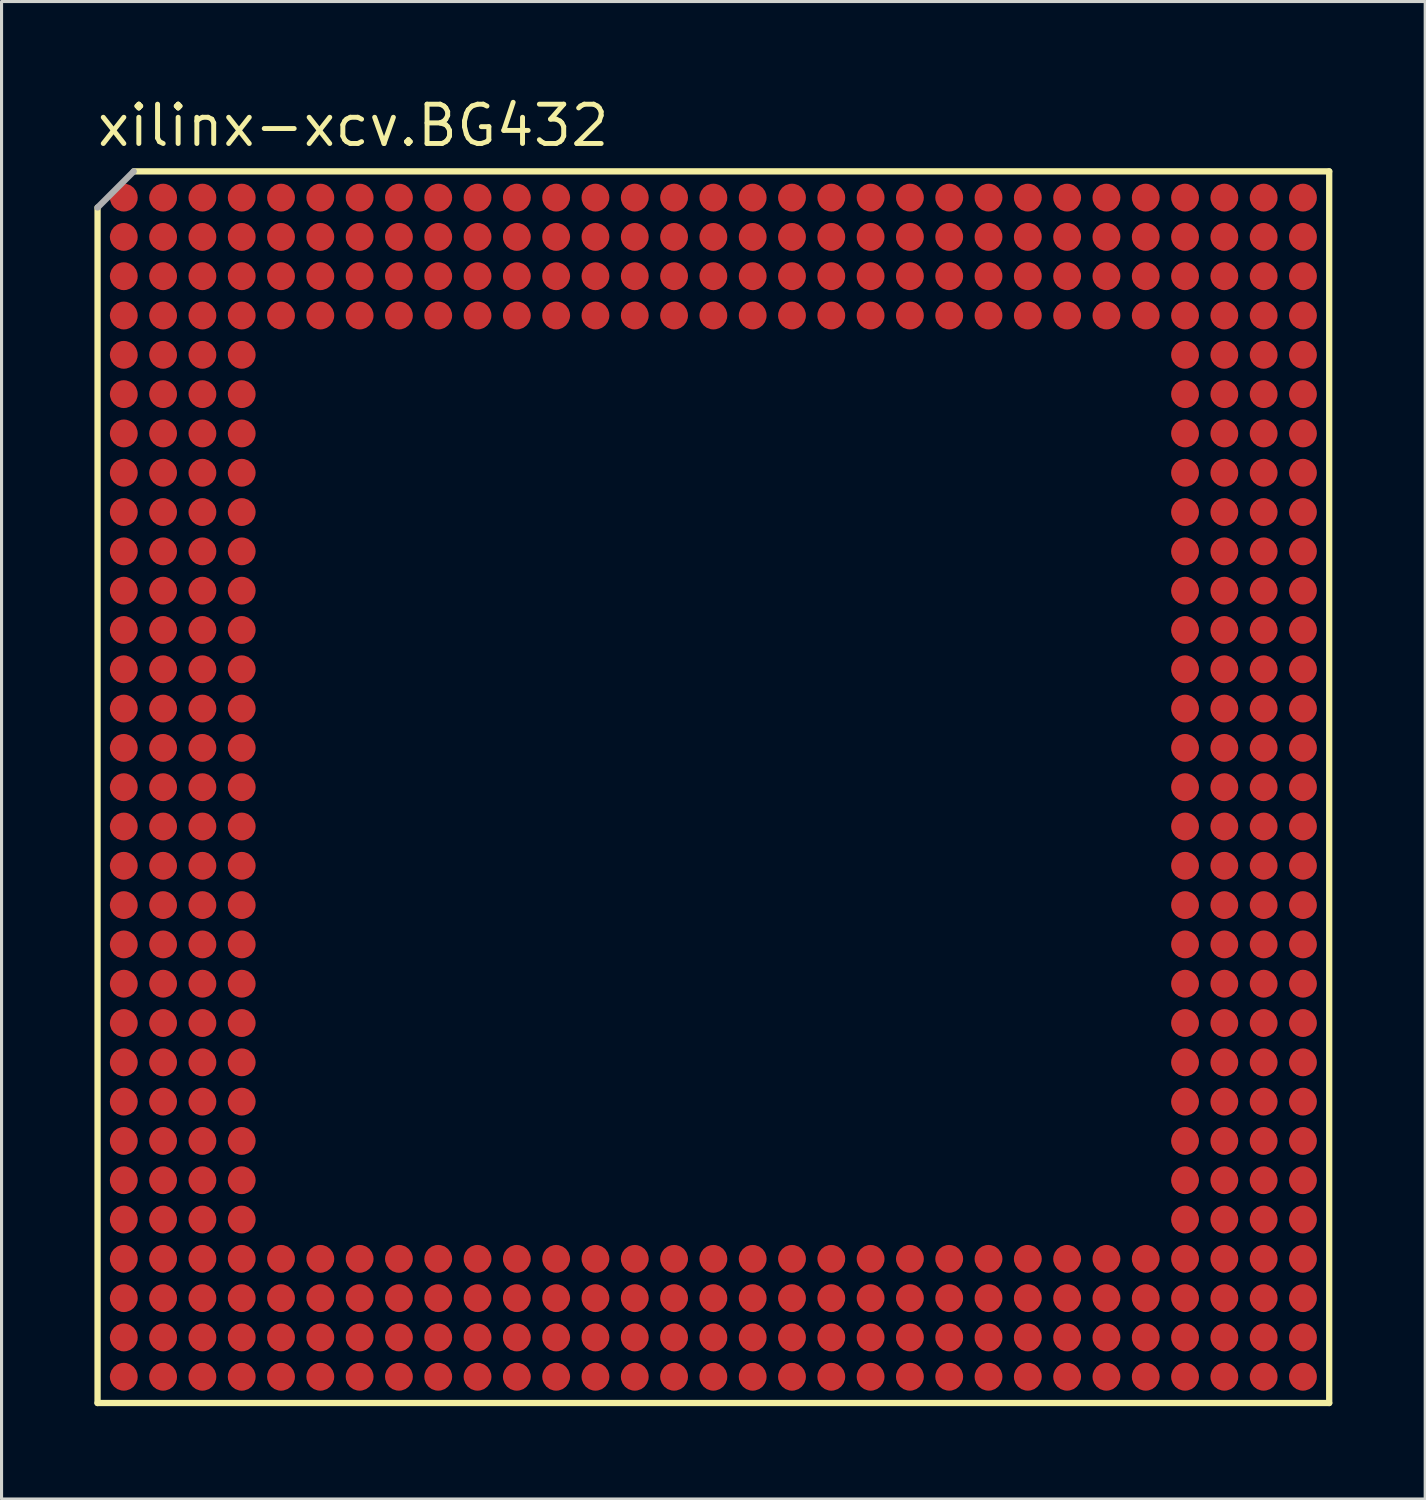
<source format=kicad_pcb>
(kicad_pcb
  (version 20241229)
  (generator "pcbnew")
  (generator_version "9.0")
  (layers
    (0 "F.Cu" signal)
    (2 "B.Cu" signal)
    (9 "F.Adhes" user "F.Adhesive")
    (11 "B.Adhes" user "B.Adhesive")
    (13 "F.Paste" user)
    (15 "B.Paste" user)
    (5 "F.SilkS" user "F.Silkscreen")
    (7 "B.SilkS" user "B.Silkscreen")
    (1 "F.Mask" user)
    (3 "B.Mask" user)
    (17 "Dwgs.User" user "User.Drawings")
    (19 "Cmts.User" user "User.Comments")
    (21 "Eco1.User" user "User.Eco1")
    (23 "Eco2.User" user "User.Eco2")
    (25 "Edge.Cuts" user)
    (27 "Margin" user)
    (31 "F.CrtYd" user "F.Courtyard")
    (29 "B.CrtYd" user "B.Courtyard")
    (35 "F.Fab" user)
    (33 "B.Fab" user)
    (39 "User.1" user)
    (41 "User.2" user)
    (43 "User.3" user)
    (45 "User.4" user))
  (footprint "xilinx-xcv.BG432"
    (layer "F.Cu")
    (at 20 22.385)
    (property "Reference" "xilinx-xcv.BG432" (at -20 -20.635 0) (layer "F.SilkS") (effects (font (size 1.27 1.27) (thickness 0.16)) (justify left bottom)))
    (attr smd)
    (fp_circle (center -19.05 -19.05) (end -18.7 -19.05) (stroke (width 0.1) (type default)) (fill no) (layer "F.Mask"))
    (fp_circle (center -19.05 -17.78) (end -18.7 -17.78) (stroke (width 0.1) (type default)) (fill no) (layer "F.Mask"))
    (fp_circle (center -19.05 -16.51) (end -18.7 -16.51) (stroke (width 0.1) (type default)) (fill no) (layer "F.Mask"))
    (fp_circle (center -19.05 -15.24) (end -18.7 -15.24) (stroke (width 0.1) (type default)) (fill no) (layer "F.Mask"))
    (fp_circle (center -19.05 -13.97) (end -18.7 -13.97) (stroke (width 0.1) (type default)) (fill no) (layer "F.Mask"))
    (fp_circle (center -19.05 -12.7) (end -18.7 -12.7) (stroke (width 0.1) (type default)) (fill no) (layer "F.Mask"))
    (fp_circle (center -19.05 -11.43) (end -18.7 -11.43) (stroke (width 0.1) (type default)) (fill no) (layer "F.Mask"))
    (fp_circle (center -19.05 -10.16) (end -18.7 -10.16) (stroke (width 0.1) (type default)) (fill no) (layer "F.Mask"))
    (fp_circle (center -19.05 -8.89) (end -18.7 -8.89) (stroke (width 0.1) (type default)) (fill no) (layer "F.Mask"))
    (fp_circle (center -19.05 -7.62) (end -18.7 -7.62) (stroke (width 0.1) (type default)) (fill no) (layer "F.Mask"))
    (fp_circle (center -19.05 -6.35) (end -18.7 -6.35) (stroke (width 0.1) (type default)) (fill no) (layer "F.Mask"))
    (fp_circle (center -19.05 -5.08) (end -18.7 -5.08) (stroke (width 0.1) (type default)) (fill no) (layer "F.Mask"))
    (fp_circle (center -19.05 -3.81) (end -18.7 -3.81) (stroke (width 0.1) (type default)) (fill no) (layer "F.Mask"))
    (fp_circle (center -19.05 -2.54) (end -18.7 -2.54) (stroke (width 0.1) (type default)) (fill no) (layer "F.Mask"))
    (fp_circle (center -19.05 -1.27) (end -18.7 -1.27) (stroke (width 0.1) (type default)) (fill no) (layer "F.Mask"))
    (fp_circle (center -19.05 0) (end -18.7 0) (stroke (width 0.1) (type default)) (fill no) (layer "F.Mask"))
    (fp_circle (center -19.05 1.27) (end -18.7 1.27) (stroke (width 0.1) (type default)) (fill no) (layer "F.Mask"))
    (fp_circle (center -19.05 2.54) (end -18.7 2.54) (stroke (width 0.1) (type default)) (fill no) (layer "F.Mask"))
    (fp_circle (center -19.05 3.81) (end -18.7 3.81) (stroke (width 0.1) (type default)) (fill no) (layer "F.Mask"))
    (fp_circle (center -19.05 5.08) (end -18.7 5.08) (stroke (width 0.1) (type default)) (fill no) (layer "F.Mask"))
    (fp_circle (center -19.05 6.35) (end -18.7 6.35) (stroke (width 0.1) (type default)) (fill no) (layer "F.Mask"))
    (fp_circle (center -19.05 7.62) (end -18.7 7.62) (stroke (width 0.1) (type default)) (fill no) (layer "F.Mask"))
    (fp_circle (center -19.05 8.89) (end -18.7 8.89) (stroke (width 0.1) (type default)) (fill no) (layer "F.Mask"))
    (fp_circle (center -19.05 10.16) (end -18.7 10.16) (stroke (width 0.1) (type default)) (fill no) (layer "F.Mask"))
    (fp_circle (center -19.05 11.43) (end -18.7 11.43) (stroke (width 0.1) (type default)) (fill no) (layer "F.Mask"))
    (fp_circle (center -19.05 12.7) (end -18.7 12.7) (stroke (width 0.1) (type default)) (fill no) (layer "F.Mask"))
    (fp_circle (center -19.05 13.97) (end -18.7 13.97) (stroke (width 0.1) (type default)) (fill no) (layer "F.Mask"))
    (fp_circle (center -19.05 15.24) (end -18.7 15.24) (stroke (width 0.1) (type default)) (fill no) (layer "F.Mask"))
    (fp_circle (center -19.05 16.51) (end -18.7 16.51) (stroke (width 0.1) (type default)) (fill no) (layer "F.Mask"))
    (fp_circle (center -19.05 17.78) (end -18.7 17.78) (stroke (width 0.1) (type default)) (fill no) (layer "F.Mask"))
    (fp_circle (center -19.05 19.05) (end -18.7 19.05) (stroke (width 0.1) (type default)) (fill no) (layer "F.Mask"))
    (fp_circle (center -17.78 -19.05) (end -17.43 -19.05) (stroke (width 0.1) (type default)) (fill no) (layer "F.Mask"))
    (fp_circle (center -17.78 -17.78) (end -17.43 -17.78) (stroke (width 0.1) (type default)) (fill no) (layer "F.Mask"))
    (fp_circle (center -17.78 -16.51) (end -17.43 -16.51) (stroke (width 0.1) (type default)) (fill no) (layer "F.Mask"))
    (fp_circle (center -17.78 -15.24) (end -17.43 -15.24) (stroke (width 0.1) (type default)) (fill no) (layer "F.Mask"))
    (fp_circle (center -17.78 -13.97) (end -17.43 -13.97) (stroke (width 0.1) (type default)) (fill no) (layer "F.Mask"))
    (fp_circle (center -17.78 -12.7) (end -17.43 -12.7) (stroke (width 0.1) (type default)) (fill no) (layer "F.Mask"))
    (fp_circle (center -17.78 -11.43) (end -17.43 -11.43) (stroke (width 0.1) (type default)) (fill no) (layer "F.Mask"))
    (fp_circle (center -17.78 -10.16) (end -17.43 -10.16) (stroke (width 0.1) (type default)) (fill no) (layer "F.Mask"))
    (fp_circle (center -17.78 -8.89) (end -17.43 -8.89) (stroke (width 0.1) (type default)) (fill no) (layer "F.Mask"))
    (fp_circle (center -17.78 -7.62) (end -17.43 -7.62) (stroke (width 0.1) (type default)) (fill no) (layer "F.Mask"))
    (fp_circle (center -17.78 -6.35) (end -17.43 -6.35) (stroke (width 0.1) (type default)) (fill no) (layer "F.Mask"))
    (fp_circle (center -17.78 -5.08) (end -17.43 -5.08) (stroke (width 0.1) (type default)) (fill no) (layer "F.Mask"))
    (fp_circle (center -17.78 -3.81) (end -17.43 -3.81) (stroke (width 0.1) (type default)) (fill no) (layer "F.Mask"))
    (fp_circle (center -17.78 -2.54) (end -17.43 -2.54) (stroke (width 0.1) (type default)) (fill no) (layer "F.Mask"))
    (fp_circle (center -17.78 -1.27) (end -17.43 -1.27) (stroke (width 0.1) (type default)) (fill no) (layer "F.Mask"))
    (fp_circle (center -17.78 0) (end -17.43 0) (stroke (width 0.1) (type default)) (fill no) (layer "F.Mask"))
    (fp_circle (center -17.78 1.27) (end -17.43 1.27) (stroke (width 0.1) (type default)) (fill no) (layer "F.Mask"))
    (fp_circle (center -17.78 2.54) (end -17.43 2.54) (stroke (width 0.1) (type default)) (fill no) (layer "F.Mask"))
    (fp_circle (center -17.78 3.81) (end -17.43 3.81) (stroke (width 0.1) (type default)) (fill no) (layer "F.Mask"))
    (fp_circle (center -17.78 5.08) (end -17.43 5.08) (stroke (width 0.1) (type default)) (fill no) (layer "F.Mask"))
    (fp_circle (center -17.78 6.35) (end -17.43 6.35) (stroke (width 0.1) (type default)) (fill no) (layer "F.Mask"))
    (fp_circle (center -17.78 7.62) (end -17.43 7.62) (stroke (width 0.1) (type default)) (fill no) (layer "F.Mask"))
    (fp_circle (center -17.78 8.89) (end -17.43 8.89) (stroke (width 0.1) (type default)) (fill no) (layer "F.Mask"))
    (fp_circle (center -17.78 10.16) (end -17.43 10.16) (stroke (width 0.1) (type default)) (fill no) (layer "F.Mask"))
    (fp_circle (center -17.78 11.43) (end -17.43 11.43) (stroke (width 0.1) (type default)) (fill no) (layer "F.Mask"))
    (fp_circle (center -17.78 12.7) (end -17.43 12.7) (stroke (width 0.1) (type default)) (fill no) (layer "F.Mask"))
    (fp_circle (center -17.78 13.97) (end -17.43 13.97) (stroke (width 0.1) (type default)) (fill no) (layer "F.Mask"))
    (fp_circle (center -17.78 15.24) (end -17.43 15.24) (stroke (width 0.1) (type default)) (fill no) (layer "F.Mask"))
    (fp_circle (center -17.78 16.51) (end -17.43 16.51) (stroke (width 0.1) (type default)) (fill no) (layer "F.Mask"))
    (fp_circle (center -17.78 17.78) (end -17.43 17.78) (stroke (width 0.1) (type default)) (fill no) (layer "F.Mask"))
    (fp_circle (center -17.78 19.05) (end -17.43 19.05) (stroke (width 0.1) (type default)) (fill no) (layer "F.Mask"))
    (fp_circle (center -16.51 -19.05) (end -16.16 -19.05) (stroke (width 0.1) (type default)) (fill no) (layer "F.Mask"))
    (fp_circle (center -16.51 -17.78) (end -16.16 -17.78) (stroke (width 0.1) (type default)) (fill no) (layer "F.Mask"))
    (fp_circle (center -16.51 -16.51) (end -16.16 -16.51) (stroke (width 0.1) (type default)) (fill no) (layer "F.Mask"))
    (fp_circle (center -16.51 -15.24) (end -16.16 -15.24) (stroke (width 0.1) (type default)) (fill no) (layer "F.Mask"))
    (fp_circle (center -16.51 -13.97) (end -16.16 -13.97) (stroke (width 0.1) (type default)) (fill no) (layer "F.Mask"))
    (fp_circle (center -16.51 -12.7) (end -16.16 -12.7) (stroke (width 0.1) (type default)) (fill no) (layer "F.Mask"))
    (fp_circle (center -16.51 -11.43) (end -16.16 -11.43) (stroke (width 0.1) (type default)) (fill no) (layer "F.Mask"))
    (fp_circle (center -16.51 -10.16) (end -16.16 -10.16) (stroke (width 0.1) (type default)) (fill no) (layer "F.Mask"))
    (fp_circle (center -16.51 -8.89) (end -16.16 -8.89) (stroke (width 0.1) (type default)) (fill no) (layer "F.Mask"))
    (fp_circle (center -16.51 -7.62) (end -16.16 -7.62) (stroke (width 0.1) (type default)) (fill no) (layer "F.Mask"))
    (fp_circle (center -16.51 -6.35) (end -16.16 -6.35) (stroke (width 0.1) (type default)) (fill no) (layer "F.Mask"))
    (fp_circle (center -16.51 -5.08) (end -16.16 -5.08) (stroke (width 0.1) (type default)) (fill no) (layer "F.Mask"))
    (fp_circle (center -16.51 -3.81) (end -16.16 -3.81) (stroke (width 0.1) (type default)) (fill no) (layer "F.Mask"))
    (fp_circle (center -16.51 -2.54) (end -16.16 -2.54) (stroke (width 0.1) (type default)) (fill no) (layer "F.Mask"))
    (fp_circle (center -16.51 -1.27) (end -16.16 -1.27) (stroke (width 0.1) (type default)) (fill no) (layer "F.Mask"))
    (fp_circle (center -16.51 0) (end -16.16 0) (stroke (width 0.1) (type default)) (fill no) (layer "F.Mask"))
    (fp_circle (center -16.51 1.27) (end -16.16 1.27) (stroke (width 0.1) (type default)) (fill no) (layer "F.Mask"))
    (fp_circle (center -16.51 2.54) (end -16.16 2.54) (stroke (width 0.1) (type default)) (fill no) (layer "F.Mask"))
    (fp_circle (center -16.51 3.81) (end -16.16 3.81) (stroke (width 0.1) (type default)) (fill no) (layer "F.Mask"))
    (fp_circle (center -16.51 5.08) (end -16.16 5.08) (stroke (width 0.1) (type default)) (fill no) (layer "F.Mask"))
    (fp_circle (center -16.51 6.35) (end -16.16 6.35) (stroke (width 0.1) (type default)) (fill no) (layer "F.Mask"))
    (fp_circle (center -16.51 7.62) (end -16.16 7.62) (stroke (width 0.1) (type default)) (fill no) (layer "F.Mask"))
    (fp_circle (center -16.51 8.89) (end -16.16 8.89) (stroke (width 0.1) (type default)) (fill no) (layer "F.Mask"))
    (fp_circle (center -16.51 10.16) (end -16.16 10.16) (stroke (width 0.1) (type default)) (fill no) (layer "F.Mask"))
    (fp_circle (center -16.51 11.43) (end -16.16 11.43) (stroke (width 0.1) (type default)) (fill no) (layer "F.Mask"))
    (fp_circle (center -16.51 12.7) (end -16.16 12.7) (stroke (width 0.1) (type default)) (fill no) (layer "F.Mask"))
    (fp_circle (center -16.51 13.97) (end -16.16 13.97) (stroke (width 0.1) (type default)) (fill no) (layer "F.Mask"))
    (fp_circle (center -16.51 15.24) (end -16.16 15.24) (stroke (width 0.1) (type default)) (fill no) (layer "F.Mask"))
    (fp_circle (center -16.51 16.51) (end -16.16 16.51) (stroke (width 0.1) (type default)) (fill no) (layer "F.Mask"))
    (fp_circle (center -16.51 17.78) (end -16.16 17.78) (stroke (width 0.1) (type default)) (fill no) (layer "F.Mask"))
    (fp_circle (center -16.51 19.05) (end -16.16 19.05) (stroke (width 0.1) (type default)) (fill no) (layer "F.Mask"))
    (fp_circle (center -15.24 -19.05) (end -14.89 -19.05) (stroke (width 0.1) (type default)) (fill no) (layer "F.Mask"))
    (fp_circle (center -15.24 -17.78) (end -14.89 -17.78) (stroke (width 0.1) (type default)) (fill no) (layer "F.Mask"))
    (fp_circle (center -15.24 -16.51) (end -14.89 -16.51) (stroke (width 0.1) (type default)) (fill no) (layer "F.Mask"))
    (fp_circle (center -15.24 -15.24) (end -14.89 -15.24) (stroke (width 0.1) (type default)) (fill no) (layer "F.Mask"))
    (fp_circle (center -15.24 -13.97) (end -14.89 -13.97) (stroke (width 0.1) (type default)) (fill no) (layer "F.Mask"))
    (fp_circle (center -15.24 -12.7) (end -14.89 -12.7) (stroke (width 0.1) (type default)) (fill no) (layer "F.Mask"))
    (fp_circle (center -15.24 -11.43) (end -14.89 -11.43) (stroke (width 0.1) (type default)) (fill no) (layer "F.Mask"))
    (fp_circle (center -15.24 -10.16) (end -14.89 -10.16) (stroke (width 0.1) (type default)) (fill no) (layer "F.Mask"))
    (fp_circle (center -15.24 -8.89) (end -14.89 -8.89) (stroke (width 0.1) (type default)) (fill no) (layer "F.Mask"))
    (fp_circle (center -15.24 -7.62) (end -14.89 -7.62) (stroke (width 0.1) (type default)) (fill no) (layer "F.Mask"))
    (fp_circle (center -15.24 -6.35) (end -14.89 -6.35) (stroke (width 0.1) (type default)) (fill no) (layer "F.Mask"))
    (fp_circle (center -15.24 -5.08) (end -14.89 -5.08) (stroke (width 0.1) (type default)) (fill no) (layer "F.Mask"))
    (fp_circle (center -15.24 -3.81) (end -14.89 -3.81) (stroke (width 0.1) (type default)) (fill no) (layer "F.Mask"))
    (fp_circle (center -15.24 -2.54) (end -14.89 -2.54) (stroke (width 0.1) (type default)) (fill no) (layer "F.Mask"))
    (fp_circle (center -15.24 -1.27) (end -14.89 -1.27) (stroke (width 0.1) (type default)) (fill no) (layer "F.Mask"))
    (fp_circle (center -15.24 0) (end -14.89 0) (stroke (width 0.1) (type default)) (fill no) (layer "F.Mask"))
    (fp_circle (center -15.24 1.27) (end -14.89 1.27) (stroke (width 0.1) (type default)) (fill no) (layer "F.Mask"))
    (fp_circle (center -15.24 2.54) (end -14.89 2.54) (stroke (width 0.1) (type default)) (fill no) (layer "F.Mask"))
    (fp_circle (center -15.24 3.81) (end -14.89 3.81) (stroke (width 0.1) (type default)) (fill no) (layer "F.Mask"))
    (fp_circle (center -15.24 5.08) (end -14.89 5.08) (stroke (width 0.1) (type default)) (fill no) (layer "F.Mask"))
    (fp_circle (center -15.24 6.35) (end -14.89 6.35) (stroke (width 0.1) (type default)) (fill no) (layer "F.Mask"))
    (fp_circle (center -15.24 7.62) (end -14.89 7.62) (stroke (width 0.1) (type default)) (fill no) (layer "F.Mask"))
    (fp_circle (center -15.24 8.89) (end -14.89 8.89) (stroke (width 0.1) (type default)) (fill no) (layer "F.Mask"))
    (fp_circle (center -15.24 10.16) (end -14.89 10.16) (stroke (width 0.1) (type default)) (fill no) (layer "F.Mask"))
    (fp_circle (center -15.24 11.43) (end -14.89 11.43) (stroke (width 0.1) (type default)) (fill no) (layer "F.Mask"))
    (fp_circle (center -15.24 12.7) (end -14.89 12.7) (stroke (width 0.1) (type default)) (fill no) (layer "F.Mask"))
    (fp_circle (center -15.24 13.97) (end -14.89 13.97) (stroke (width 0.1) (type default)) (fill no) (layer "F.Mask"))
    (fp_circle (center -15.24 15.24) (end -14.89 15.24) (stroke (width 0.1) (type default)) (fill no) (layer "F.Mask"))
    (fp_circle (center -15.24 16.51) (end -14.89 16.51) (stroke (width 0.1) (type default)) (fill no) (layer "F.Mask"))
    (fp_circle (center -15.24 17.78) (end -14.89 17.78) (stroke (width 0.1) (type default)) (fill no) (layer "F.Mask"))
    (fp_circle (center -15.24 19.05) (end -14.89 19.05) (stroke (width 0.1) (type default)) (fill no) (layer "F.Mask"))
    (fp_circle (center -13.97 -19.05) (end -13.62 -19.05) (stroke (width 0.1) (type default)) (fill no) (layer "F.Mask"))
    (fp_circle (center -13.97 -17.78) (end -13.62 -17.78) (stroke (width 0.1) (type default)) (fill no) (layer "F.Mask"))
    (fp_circle (center -13.97 -16.51) (end -13.62 -16.51) (stroke (width 0.1) (type default)) (fill no) (layer "F.Mask"))
    (fp_circle (center -13.97 -15.24) (end -13.62 -15.24) (stroke (width 0.1) (type default)) (fill no) (layer "F.Mask"))
    (fp_circle (center -13.97 15.24) (end -13.62 15.24) (stroke (width 0.1) (type default)) (fill no) (layer "F.Mask"))
    (fp_circle (center -13.97 16.51) (end -13.62 16.51) (stroke (width 0.1) (type default)) (fill no) (layer "F.Mask"))
    (fp_circle (center -13.97 17.78) (end -13.62 17.78) (stroke (width 0.1) (type default)) (fill no) (layer "F.Mask"))
    (fp_circle (center -13.97 19.05) (end -13.62 19.05) (stroke (width 0.1) (type default)) (fill no) (layer "F.Mask"))
    (fp_circle (center -12.7 -19.05) (end -12.35 -19.05) (stroke (width 0.1) (type default)) (fill no) (layer "F.Mask"))
    (fp_circle (center -12.7 -17.78) (end -12.35 -17.78) (stroke (width 0.1) (type default)) (fill no) (layer "F.Mask"))
    (fp_circle (center -12.7 -16.51) (end -12.35 -16.51) (stroke (width 0.1) (type default)) (fill no) (layer "F.Mask"))
    (fp_circle (center -12.7 -15.24) (end -12.35 -15.24) (stroke (width 0.1) (type default)) (fill no) (layer "F.Mask"))
    (fp_circle (center -12.7 15.24) (end -12.35 15.24) (stroke (width 0.1) (type default)) (fill no) (layer "F.Mask"))
    (fp_circle (center -12.7 16.51) (end -12.35 16.51) (stroke (width 0.1) (type default)) (fill no) (layer "F.Mask"))
    (fp_circle (center -12.7 17.78) (end -12.35 17.78) (stroke (width 0.1) (type default)) (fill no) (layer "F.Mask"))
    (fp_circle (center -12.7 19.05) (end -12.35 19.05) (stroke (width 0.1) (type default)) (fill no) (layer "F.Mask"))
    (fp_circle (center -11.43 -19.05) (end -11.08 -19.05) (stroke (width 0.1) (type default)) (fill no) (layer "F.Mask"))
    (fp_circle (center -11.43 -17.78) (end -11.08 -17.78) (stroke (width 0.1) (type default)) (fill no) (layer "F.Mask"))
    (fp_circle (center -11.43 -16.51) (end -11.08 -16.51) (stroke (width 0.1) (type default)) (fill no) (layer "F.Mask"))
    (fp_circle (center -11.43 -15.24) (end -11.08 -15.24) (stroke (width 0.1) (type default)) (fill no) (layer "F.Mask"))
    (fp_circle (center -11.43 15.24) (end -11.08 15.24) (stroke (width 0.1) (type default)) (fill no) (layer "F.Mask"))
    (fp_circle (center -11.43 16.51) (end -11.08 16.51) (stroke (width 0.1) (type default)) (fill no) (layer "F.Mask"))
    (fp_circle (center -11.43 17.78) (end -11.08 17.78) (stroke (width 0.1) (type default)) (fill no) (layer "F.Mask"))
    (fp_circle (center -11.43 19.05) (end -11.08 19.05) (stroke (width 0.1) (type default)) (fill no) (layer "F.Mask"))
    (fp_circle (center -10.16 -19.05) (end -9.81 -19.05) (stroke (width 0.1) (type default)) (fill no) (layer "F.Mask"))
    (fp_circle (center -10.16 -17.78) (end -9.81 -17.78) (stroke (width 0.1) (type default)) (fill no) (layer "F.Mask"))
    (fp_circle (center -10.16 -16.51) (end -9.81 -16.51) (stroke (width 0.1) (type default)) (fill no) (layer "F.Mask"))
    (fp_circle (center -10.16 -15.24) (end -9.81 -15.24) (stroke (width 0.1) (type default)) (fill no) (layer "F.Mask"))
    (fp_circle (center -10.16 15.24) (end -9.81 15.24) (stroke (width 0.1) (type default)) (fill no) (layer "F.Mask"))
    (fp_circle (center -10.16 16.51) (end -9.81 16.51) (stroke (width 0.1) (type default)) (fill no) (layer "F.Mask"))
    (fp_circle (center -10.16 17.78) (end -9.81 17.78) (stroke (width 0.1) (type default)) (fill no) (layer "F.Mask"))
    (fp_circle (center -10.16 19.05) (end -9.81 19.05) (stroke (width 0.1) (type default)) (fill no) (layer "F.Mask"))
    (fp_circle (center -8.89 -19.05) (end -8.54 -19.05) (stroke (width 0.1) (type default)) (fill no) (layer "F.Mask"))
    (fp_circle (center -8.89 -17.78) (end -8.54 -17.78) (stroke (width 0.1) (type default)) (fill no) (layer "F.Mask"))
    (fp_circle (center -8.89 -16.51) (end -8.54 -16.51) (stroke (width 0.1) (type default)) (fill no) (layer "F.Mask"))
    (fp_circle (center -8.89 -15.24) (end -8.54 -15.24) (stroke (width 0.1) (type default)) (fill no) (layer "F.Mask"))
    (fp_circle (center -8.89 15.24) (end -8.54 15.24) (stroke (width 0.1) (type default)) (fill no) (layer "F.Mask"))
    (fp_circle (center -8.89 16.51) (end -8.54 16.51) (stroke (width 0.1) (type default)) (fill no) (layer "F.Mask"))
    (fp_circle (center -8.89 17.78) (end -8.54 17.78) (stroke (width 0.1) (type default)) (fill no) (layer "F.Mask"))
    (fp_circle (center -8.89 19.05) (end -8.54 19.05) (stroke (width 0.1) (type default)) (fill no) (layer "F.Mask"))
    (fp_circle (center -7.62 -19.05) (end -7.27 -19.05) (stroke (width 0.1) (type default)) (fill no) (layer "F.Mask"))
    (fp_circle (center -7.62 -17.78) (end -7.27 -17.78) (stroke (width 0.1) (type default)) (fill no) (layer "F.Mask"))
    (fp_circle (center -7.62 -16.51) (end -7.27 -16.51) (stroke (width 0.1) (type default)) (fill no) (layer "F.Mask"))
    (fp_circle (center -7.62 -15.24) (end -7.27 -15.24) (stroke (width 0.1) (type default)) (fill no) (layer "F.Mask"))
    (fp_circle (center -7.62 15.24) (end -7.27 15.24) (stroke (width 0.1) (type default)) (fill no) (layer "F.Mask"))
    (fp_circle (center -7.62 16.51) (end -7.27 16.51) (stroke (width 0.1) (type default)) (fill no) (layer "F.Mask"))
    (fp_circle (center -7.62 17.78) (end -7.27 17.78) (stroke (width 0.1) (type default)) (fill no) (layer "F.Mask"))
    (fp_circle (center -7.62 19.05) (end -7.27 19.05) (stroke (width 0.1) (type default)) (fill no) (layer "F.Mask"))
    (fp_circle (center -6.35 -19.05) (end -6 -19.05) (stroke (width 0.1) (type default)) (fill no) (layer "F.Mask"))
    (fp_circle (center -6.35 -17.78) (end -6 -17.78) (stroke (width 0.1) (type default)) (fill no) (layer "F.Mask"))
    (fp_circle (center -6.35 -16.51) (end -6 -16.51) (stroke (width 0.1) (type default)) (fill no) (layer "F.Mask"))
    (fp_circle (center -6.35 -15.24) (end -6 -15.24) (stroke (width 0.1) (type default)) (fill no) (layer "F.Mask"))
    (fp_circle (center -6.35 15.24) (end -6 15.24) (stroke (width 0.1) (type default)) (fill no) (layer "F.Mask"))
    (fp_circle (center -6.35 16.51) (end -6 16.51) (stroke (width 0.1) (type default)) (fill no) (layer "F.Mask"))
    (fp_circle (center -6.35 17.78) (end -6 17.78) (stroke (width 0.1) (type default)) (fill no) (layer "F.Mask"))
    (fp_circle (center -6.35 19.05) (end -6 19.05) (stroke (width 0.1) (type default)) (fill no) (layer "F.Mask"))
    (fp_circle (center -5.08 -19.05) (end -4.73 -19.05) (stroke (width 0.1) (type default)) (fill no) (layer "F.Mask"))
    (fp_circle (center -5.08 -17.78) (end -4.73 -17.78) (stroke (width 0.1) (type default)) (fill no) (layer "F.Mask"))
    (fp_circle (center -5.08 -16.51) (end -4.73 -16.51) (stroke (width 0.1) (type default)) (fill no) (layer "F.Mask"))
    (fp_circle (center -5.08 -15.24) (end -4.73 -15.24) (stroke (width 0.1) (type default)) (fill no) (layer "F.Mask"))
    (fp_circle (center -5.08 15.24) (end -4.73 15.24) (stroke (width 0.1) (type default)) (fill no) (layer "F.Mask"))
    (fp_circle (center -5.08 16.51) (end -4.73 16.51) (stroke (width 0.1) (type default)) (fill no) (layer "F.Mask"))
    (fp_circle (center -5.08 17.78) (end -4.73 17.78) (stroke (width 0.1) (type default)) (fill no) (layer "F.Mask"))
    (fp_circle (center -5.08 19.05) (end -4.73 19.05) (stroke (width 0.1) (type default)) (fill no) (layer "F.Mask"))
    (fp_circle (center -3.81 -19.05) (end -3.46 -19.05) (stroke (width 0.1) (type default)) (fill no) (layer "F.Mask"))
    (fp_circle (center -3.81 -17.78) (end -3.46 -17.78) (stroke (width 0.1) (type default)) (fill no) (layer "F.Mask"))
    (fp_circle (center -3.81 -16.51) (end -3.46 -16.51) (stroke (width 0.1) (type default)) (fill no) (layer "F.Mask"))
    (fp_circle (center -3.81 -15.24) (end -3.46 -15.24) (stroke (width 0.1) (type default)) (fill no) (layer "F.Mask"))
    (fp_circle (center -3.81 15.24) (end -3.46 15.24) (stroke (width 0.1) (type default)) (fill no) (layer "F.Mask"))
    (fp_circle (center -3.81 16.51) (end -3.46 16.51) (stroke (width 0.1) (type default)) (fill no) (layer "F.Mask"))
    (fp_circle (center -3.81 17.78) (end -3.46 17.78) (stroke (width 0.1) (type default)) (fill no) (layer "F.Mask"))
    (fp_circle (center -3.81 19.05) (end -3.46 19.05) (stroke (width 0.1) (type default)) (fill no) (layer "F.Mask"))
    (fp_circle (center -2.54 -19.05) (end -2.19 -19.05) (stroke (width 0.1) (type default)) (fill no) (layer "F.Mask"))
    (fp_circle (center -2.54 -17.78) (end -2.19 -17.78) (stroke (width 0.1) (type default)) (fill no) (layer "F.Mask"))
    (fp_circle (center -2.54 -16.51) (end -2.19 -16.51) (stroke (width 0.1) (type default)) (fill no) (layer "F.Mask"))
    (fp_circle (center -2.54 -15.24) (end -2.19 -15.24) (stroke (width 0.1) (type default)) (fill no) (layer "F.Mask"))
    (fp_circle (center -2.54 15.24) (end -2.19 15.24) (stroke (width 0.1) (type default)) (fill no) (layer "F.Mask"))
    (fp_circle (center -2.54 16.51) (end -2.19 16.51) (stroke (width 0.1) (type default)) (fill no) (layer "F.Mask"))
    (fp_circle (center -2.54 17.78) (end -2.19 17.78) (stroke (width 0.1) (type default)) (fill no) (layer "F.Mask"))
    (fp_circle (center -2.54 19.05) (end -2.19 19.05) (stroke (width 0.1) (type default)) (fill no) (layer "F.Mask"))
    (fp_circle (center -1.27 -19.05) (end -0.92 -19.05) (stroke (width 0.1) (type default)) (fill no) (layer "F.Mask"))
    (fp_circle (center -1.27 -17.78) (end -0.92 -17.78) (stroke (width 0.1) (type default)) (fill no) (layer "F.Mask"))
    (fp_circle (center -1.27 -16.51) (end -0.92 -16.51) (stroke (width 0.1) (type default)) (fill no) (layer "F.Mask"))
    (fp_circle (center -1.27 -15.24) (end -0.92 -15.24) (stroke (width 0.1) (type default)) (fill no) (layer "F.Mask"))
    (fp_circle (center -1.27 15.24) (end -0.92 15.24) (stroke (width 0.1) (type default)) (fill no) (layer "F.Mask"))
    (fp_circle (center -1.27 16.51) (end -0.92 16.51) (stroke (width 0.1) (type default)) (fill no) (layer "F.Mask"))
    (fp_circle (center -1.27 17.78) (end -0.92 17.78) (stroke (width 0.1) (type default)) (fill no) (layer "F.Mask"))
    (fp_circle (center -1.27 19.05) (end -0.92 19.05) (stroke (width 0.1) (type default)) (fill no) (layer "F.Mask"))
    (fp_circle (center 0 -19.05) (end 0.35 -19.05) (stroke (width 0.1) (type default)) (fill no) (layer "F.Mask"))
    (fp_circle (center 0 -17.78) (end 0.35 -17.78) (stroke (width 0.1) (type default)) (fill no) (layer "F.Mask"))
    (fp_circle (center 0 -16.51) (end 0.35 -16.51) (stroke (width 0.1) (type default)) (fill no) (layer "F.Mask"))
    (fp_circle (center 0 -15.24) (end 0.35 -15.24) (stroke (width 0.1) (type default)) (fill no) (layer "F.Mask"))
    (fp_circle (center 0 15.24) (end 0.35 15.24) (stroke (width 0.1) (type default)) (fill no) (layer "F.Mask"))
    (fp_circle (center 0 16.51) (end 0.35 16.51) (stroke (width 0.1) (type default)) (fill no) (layer "F.Mask"))
    (fp_circle (center 0 17.78) (end 0.35 17.78) (stroke (width 0.1) (type default)) (fill no) (layer "F.Mask"))
    (fp_circle (center 0 19.05) (end 0.35 19.05) (stroke (width 0.1) (type default)) (fill no) (layer "F.Mask"))
    (fp_circle (center 1.27 -19.05) (end 1.62 -19.05) (stroke (width 0.1) (type default)) (fill no) (layer "F.Mask"))
    (fp_circle (center 1.27 -17.78) (end 1.62 -17.78) (stroke (width 0.1) (type default)) (fill no) (layer "F.Mask"))
    (fp_circle (center 1.27 -16.51) (end 1.62 -16.51) (stroke (width 0.1) (type default)) (fill no) (layer "F.Mask"))
    (fp_circle (center 1.27 -15.24) (end 1.62 -15.24) (stroke (width 0.1) (type default)) (fill no) (layer "F.Mask"))
    (fp_circle (center 1.27 15.24) (end 1.62 15.24) (stroke (width 0.1) (type default)) (fill no) (layer "F.Mask"))
    (fp_circle (center 1.27 16.51) (end 1.62 16.51) (stroke (width 0.1) (type default)) (fill no) (layer "F.Mask"))
    (fp_circle (center 1.27 17.78) (end 1.62 17.78) (stroke (width 0.1) (type default)) (fill no) (layer "F.Mask"))
    (fp_circle (center 1.27 19.05) (end 1.62 19.05) (stroke (width 0.1) (type default)) (fill no) (layer "F.Mask"))
    (fp_circle (center 2.54 -19.05) (end 2.89 -19.05) (stroke (width 0.1) (type default)) (fill no) (layer "F.Mask"))
    (fp_circle (center 2.54 -17.78) (end 2.89 -17.78) (stroke (width 0.1) (type default)) (fill no) (layer "F.Mask"))
    (fp_circle (center 2.54 -16.51) (end 2.89 -16.51) (stroke (width 0.1) (type default)) (fill no) (layer "F.Mask"))
    (fp_circle (center 2.54 -15.24) (end 2.89 -15.24) (stroke (width 0.1) (type default)) (fill no) (layer "F.Mask"))
    (fp_circle (center 2.54 15.24) (end 2.89 15.24) (stroke (width 0.1) (type default)) (fill no) (layer "F.Mask"))
    (fp_circle (center 2.54 16.51) (end 2.89 16.51) (stroke (width 0.1) (type default)) (fill no) (layer "F.Mask"))
    (fp_circle (center 2.54 17.78) (end 2.89 17.78) (stroke (width 0.1) (type default)) (fill no) (layer "F.Mask"))
    (fp_circle (center 2.54 19.05) (end 2.89 19.05) (stroke (width 0.1) (type default)) (fill no) (layer "F.Mask"))
    (fp_circle (center 3.81 -19.05) (end 4.16 -19.05) (stroke (width 0.1) (type default)) (fill no) (layer "F.Mask"))
    (fp_circle (center 3.81 -17.78) (end 4.16 -17.78) (stroke (width 0.1) (type default)) (fill no) (layer "F.Mask"))
    (fp_circle (center 3.81 -16.51) (end 4.16 -16.51) (stroke (width 0.1) (type default)) (fill no) (layer "F.Mask"))
    (fp_circle (center 3.81 -15.24) (end 4.16 -15.24) (stroke (width 0.1) (type default)) (fill no) (layer "F.Mask"))
    (fp_circle (center 3.81 15.24) (end 4.16 15.24) (stroke (width 0.1) (type default)) (fill no) (layer "F.Mask"))
    (fp_circle (center 3.81 16.51) (end 4.16 16.51) (stroke (width 0.1) (type default)) (fill no) (layer "F.Mask"))
    (fp_circle (center 3.81 17.78) (end 4.16 17.78) (stroke (width 0.1) (type default)) (fill no) (layer "F.Mask"))
    (fp_circle (center 3.81 19.05) (end 4.16 19.05) (stroke (width 0.1) (type default)) (fill no) (layer "F.Mask"))
    (fp_circle (center 5.08 -19.05) (end 5.43 -19.05) (stroke (width 0.1) (type default)) (fill no) (layer "F.Mask"))
    (fp_circle (center 5.08 -17.78) (end 5.43 -17.78) (stroke (width 0.1) (type default)) (fill no) (layer "F.Mask"))
    (fp_circle (center 5.08 -16.51) (end 5.43 -16.51) (stroke (width 0.1) (type default)) (fill no) (layer "F.Mask"))
    (fp_circle (center 5.08 -15.24) (end 5.43 -15.24) (stroke (width 0.1) (type default)) (fill no) (layer "F.Mask"))
    (fp_circle (center 5.08 15.24) (end 5.43 15.24) (stroke (width 0.1) (type default)) (fill no) (layer "F.Mask"))
    (fp_circle (center 5.08 16.51) (end 5.43 16.51) (stroke (width 0.1) (type default)) (fill no) (layer "F.Mask"))
    (fp_circle (center 5.08 17.78) (end 5.43 17.78) (stroke (width 0.1) (type default)) (fill no) (layer "F.Mask"))
    (fp_circle (center 5.08 19.05) (end 5.43 19.05) (stroke (width 0.1) (type default)) (fill no) (layer "F.Mask"))
    (fp_circle (center 6.35 -19.05) (end 6.7 -19.05) (stroke (width 0.1) (type default)) (fill no) (layer "F.Mask"))
    (fp_circle (center 6.35 -17.78) (end 6.7 -17.78) (stroke (width 0.1) (type default)) (fill no) (layer "F.Mask"))
    (fp_circle (center 6.35 -16.51) (end 6.7 -16.51) (stroke (width 0.1) (type default)) (fill no) (layer "F.Mask"))
    (fp_circle (center 6.35 -15.24) (end 6.7 -15.24) (stroke (width 0.1) (type default)) (fill no) (layer "F.Mask"))
    (fp_circle (center 6.35 15.24) (end 6.7 15.24) (stroke (width 0.1) (type default)) (fill no) (layer "F.Mask"))
    (fp_circle (center 6.35 16.51) (end 6.7 16.51) (stroke (width 0.1) (type default)) (fill no) (layer "F.Mask"))
    (fp_circle (center 6.35 17.78) (end 6.7 17.78) (stroke (width 0.1) (type default)) (fill no) (layer "F.Mask"))
    (fp_circle (center 6.35 19.05) (end 6.7 19.05) (stroke (width 0.1) (type default)) (fill no) (layer "F.Mask"))
    (fp_circle (center 7.62 -19.05) (end 7.97 -19.05) (stroke (width 0.1) (type default)) (fill no) (layer "F.Mask"))
    (fp_circle (center 7.62 -17.78) (end 7.97 -17.78) (stroke (width 0.1) (type default)) (fill no) (layer "F.Mask"))
    (fp_circle (center 7.62 -16.51) (end 7.97 -16.51) (stroke (width 0.1) (type default)) (fill no) (layer "F.Mask"))
    (fp_circle (center 7.62 -15.24) (end 7.97 -15.24) (stroke (width 0.1) (type default)) (fill no) (layer "F.Mask"))
    (fp_circle (center 7.62 15.24) (end 7.97 15.24) (stroke (width 0.1) (type default)) (fill no) (layer "F.Mask"))
    (fp_circle (center 7.62 16.51) (end 7.97 16.51) (stroke (width 0.1) (type default)) (fill no) (layer "F.Mask"))
    (fp_circle (center 7.62 17.78) (end 7.97 17.78) (stroke (width 0.1) (type default)) (fill no) (layer "F.Mask"))
    (fp_circle (center 7.62 19.05) (end 7.97 19.05) (stroke (width 0.1) (type default)) (fill no) (layer "F.Mask"))
    (fp_circle (center 8.89 -19.05) (end 9.24 -19.05) (stroke (width 0.1) (type default)) (fill no) (layer "F.Mask"))
    (fp_circle (center 8.89 -17.78) (end 9.24 -17.78) (stroke (width 0.1) (type default)) (fill no) (layer "F.Mask"))
    (fp_circle (center 8.89 -16.51) (end 9.24 -16.51) (stroke (width 0.1) (type default)) (fill no) (layer "F.Mask"))
    (fp_circle (center 8.89 -15.24) (end 9.24 -15.24) (stroke (width 0.1) (type default)) (fill no) (layer "F.Mask"))
    (fp_circle (center 8.89 15.24) (end 9.24 15.24) (stroke (width 0.1) (type default)) (fill no) (layer "F.Mask"))
    (fp_circle (center 8.89 16.51) (end 9.24 16.51) (stroke (width 0.1) (type default)) (fill no) (layer "F.Mask"))
    (fp_circle (center 8.89 17.78) (end 9.24 17.78) (stroke (width 0.1) (type default)) (fill no) (layer "F.Mask"))
    (fp_circle (center 8.89 19.05) (end 9.24 19.05) (stroke (width 0.1) (type default)) (fill no) (layer "F.Mask"))
    (fp_circle (center 10.16 -19.05) (end 10.51 -19.05) (stroke (width 0.1) (type default)) (fill no) (layer "F.Mask"))
    (fp_circle (center 10.16 -17.78) (end 10.51 -17.78) (stroke (width 0.1) (type default)) (fill no) (layer "F.Mask"))
    (fp_circle (center 10.16 -16.51) (end 10.51 -16.51) (stroke (width 0.1) (type default)) (fill no) (layer "F.Mask"))
    (fp_circle (center 10.16 -15.24) (end 10.51 -15.24) (stroke (width 0.1) (type default)) (fill no) (layer "F.Mask"))
    (fp_circle (center 10.16 15.24) (end 10.51 15.24) (stroke (width 0.1) (type default)) (fill no) (layer "F.Mask"))
    (fp_circle (center 10.16 16.51) (end 10.51 16.51) (stroke (width 0.1) (type default)) (fill no) (layer "F.Mask"))
    (fp_circle (center 10.16 17.78) (end 10.51 17.78) (stroke (width 0.1) (type default)) (fill no) (layer "F.Mask"))
    (fp_circle (center 10.16 19.05) (end 10.51 19.05) (stroke (width 0.1) (type default)) (fill no) (layer "F.Mask"))
    (fp_circle (center 11.43 -19.05) (end 11.78 -19.05) (stroke (width 0.1) (type default)) (fill no) (layer "F.Mask"))
    (fp_circle (center 11.43 -17.78) (end 11.78 -17.78) (stroke (width 0.1) (type default)) (fill no) (layer "F.Mask"))
    (fp_circle (center 11.43 -16.51) (end 11.78 -16.51) (stroke (width 0.1) (type default)) (fill no) (layer "F.Mask"))
    (fp_circle (center 11.43 -15.24) (end 11.78 -15.24) (stroke (width 0.1) (type default)) (fill no) (layer "F.Mask"))
    (fp_circle (center 11.43 15.24) (end 11.78 15.24) (stroke (width 0.1) (type default)) (fill no) (layer "F.Mask"))
    (fp_circle (center 11.43 16.51) (end 11.78 16.51) (stroke (width 0.1) (type default)) (fill no) (layer "F.Mask"))
    (fp_circle (center 11.43 17.78) (end 11.78 17.78) (stroke (width 0.1) (type default)) (fill no) (layer "F.Mask"))
    (fp_circle (center 11.43 19.05) (end 11.78 19.05) (stroke (width 0.1) (type default)) (fill no) (layer "F.Mask"))
    (fp_circle (center 12.7 -19.05) (end 13.05 -19.05) (stroke (width 0.1) (type default)) (fill no) (layer "F.Mask"))
    (fp_circle (center 12.7 -17.78) (end 13.05 -17.78) (stroke (width 0.1) (type default)) (fill no) (layer "F.Mask"))
    (fp_circle (center 12.7 -16.51) (end 13.05 -16.51) (stroke (width 0.1) (type default)) (fill no) (layer "F.Mask"))
    (fp_circle (center 12.7 -15.24) (end 13.05 -15.24) (stroke (width 0.1) (type default)) (fill no) (layer "F.Mask"))
    (fp_circle (center 12.7 15.24) (end 13.05 15.24) (stroke (width 0.1) (type default)) (fill no) (layer "F.Mask"))
    (fp_circle (center 12.7 16.51) (end 13.05 16.51) (stroke (width 0.1) (type default)) (fill no) (layer "F.Mask"))
    (fp_circle (center 12.7 17.78) (end 13.05 17.78) (stroke (width 0.1) (type default)) (fill no) (layer "F.Mask"))
    (fp_circle (center 12.7 19.05) (end 13.05 19.05) (stroke (width 0.1) (type default)) (fill no) (layer "F.Mask"))
    (fp_circle (center 13.97 -19.05) (end 14.32 -19.05) (stroke (width 0.1) (type default)) (fill no) (layer "F.Mask"))
    (fp_circle (center 13.97 -17.78) (end 14.32 -17.78) (stroke (width 0.1) (type default)) (fill no) (layer "F.Mask"))
    (fp_circle (center 13.97 -16.51) (end 14.32 -16.51) (stroke (width 0.1) (type default)) (fill no) (layer "F.Mask"))
    (fp_circle (center 13.97 -15.24) (end 14.32 -15.24) (stroke (width 0.1) (type default)) (fill no) (layer "F.Mask"))
    (fp_circle (center 13.97 15.24) (end 14.32 15.24) (stroke (width 0.1) (type default)) (fill no) (layer "F.Mask"))
    (fp_circle (center 13.97 16.51) (end 14.32 16.51) (stroke (width 0.1) (type default)) (fill no) (layer "F.Mask"))
    (fp_circle (center 13.97 17.78) (end 14.32 17.78) (stroke (width 0.1) (type default)) (fill no) (layer "F.Mask"))
    (fp_circle (center 13.97 19.05) (end 14.32 19.05) (stroke (width 0.1) (type default)) (fill no) (layer "F.Mask"))
    (fp_circle (center 15.24 -19.05) (end 15.59 -19.05) (stroke (width 0.1) (type default)) (fill no) (layer "F.Mask"))
    (fp_circle (center 15.24 -17.78) (end 15.59 -17.78) (stroke (width 0.1) (type default)) (fill no) (layer "F.Mask"))
    (fp_circle (center 15.24 -16.51) (end 15.59 -16.51) (stroke (width 0.1) (type default)) (fill no) (layer "F.Mask"))
    (fp_circle (center 15.24 -15.24) (end 15.59 -15.24) (stroke (width 0.1) (type default)) (fill no) (layer "F.Mask"))
    (fp_circle (center 15.24 -13.97) (end 15.59 -13.97) (stroke (width 0.1) (type default)) (fill no) (layer "F.Mask"))
    (fp_circle (center 15.24 -12.7) (end 15.59 -12.7) (stroke (width 0.1) (type default)) (fill no) (layer "F.Mask"))
    (fp_circle (center 15.24 -11.43) (end 15.59 -11.43) (stroke (width 0.1) (type default)) (fill no) (layer "F.Mask"))
    (fp_circle (center 15.24 -10.16) (end 15.59 -10.16) (stroke (width 0.1) (type default)) (fill no) (layer "F.Mask"))
    (fp_circle (center 15.24 -8.89) (end 15.59 -8.89) (stroke (width 0.1) (type default)) (fill no) (layer "F.Mask"))
    (fp_circle (center 15.24 -7.62) (end 15.59 -7.62) (stroke (width 0.1) (type default)) (fill no) (layer "F.Mask"))
    (fp_circle (center 15.24 -6.35) (end 15.59 -6.35) (stroke (width 0.1) (type default)) (fill no) (layer "F.Mask"))
    (fp_circle (center 15.24 -5.08) (end 15.59 -5.08) (stroke (width 0.1) (type default)) (fill no) (layer "F.Mask"))
    (fp_circle (center 15.24 -3.81) (end 15.59 -3.81) (stroke (width 0.1) (type default)) (fill no) (layer "F.Mask"))
    (fp_circle (center 15.24 -2.54) (end 15.59 -2.54) (stroke (width 0.1) (type default)) (fill no) (layer "F.Mask"))
    (fp_circle (center 15.24 -1.27) (end 15.59 -1.27) (stroke (width 0.1) (type default)) (fill no) (layer "F.Mask"))
    (fp_circle (center 15.24 0) (end 15.59 0) (stroke (width 0.1) (type default)) (fill no) (layer "F.Mask"))
    (fp_circle (center 15.24 1.27) (end 15.59 1.27) (stroke (width 0.1) (type default)) (fill no) (layer "F.Mask"))
    (fp_circle (center 15.24 2.54) (end 15.59 2.54) (stroke (width 0.1) (type default)) (fill no) (layer "F.Mask"))
    (fp_circle (center 15.24 3.81) (end 15.59 3.81) (stroke (width 0.1) (type default)) (fill no) (layer "F.Mask"))
    (fp_circle (center 15.24 5.08) (end 15.59 5.08) (stroke (width 0.1) (type default)) (fill no) (layer "F.Mask"))
    (fp_circle (center 15.24 6.35) (end 15.59 6.35) (stroke (width 0.1) (type default)) (fill no) (layer "F.Mask"))
    (fp_circle (center 15.24 7.62) (end 15.59 7.62) (stroke (width 0.1) (type default)) (fill no) (layer "F.Mask"))
    (fp_circle (center 15.24 8.89) (end 15.59 8.89) (stroke (width 0.1) (type default)) (fill no) (layer "F.Mask"))
    (fp_circle (center 15.24 10.16) (end 15.59 10.16) (stroke (width 0.1) (type default)) (fill no) (layer "F.Mask"))
    (fp_circle (center 15.24 11.43) (end 15.59 11.43) (stroke (width 0.1) (type default)) (fill no) (layer "F.Mask"))
    (fp_circle (center 15.24 12.7) (end 15.59 12.7) (stroke (width 0.1) (type default)) (fill no) (layer "F.Mask"))
    (fp_circle (center 15.24 13.97) (end 15.59 13.97) (stroke (width 0.1) (type default)) (fill no) (layer "F.Mask"))
    (fp_circle (center 15.24 15.24) (end 15.59 15.24) (stroke (width 0.1) (type default)) (fill no) (layer "F.Mask"))
    (fp_circle (center 15.24 16.51) (end 15.59 16.51) (stroke (width 0.1) (type default)) (fill no) (layer "F.Mask"))
    (fp_circle (center 15.24 17.78) (end 15.59 17.78) (stroke (width 0.1) (type default)) (fill no) (layer "F.Mask"))
    (fp_circle (center 15.24 19.05) (end 15.59 19.05) (stroke (width 0.1) (type default)) (fill no) (layer "F.Mask"))
    (fp_circle (center 16.51 -19.05) (end 16.86 -19.05) (stroke (width 0.1) (type default)) (fill no) (layer "F.Mask"))
    (fp_circle (center 16.51 -17.78) (end 16.86 -17.78) (stroke (width 0.1) (type default)) (fill no) (layer "F.Mask"))
    (fp_circle (center 16.51 -16.51) (end 16.86 -16.51) (stroke (width 0.1) (type default)) (fill no) (layer "F.Mask"))
    (fp_circle (center 16.51 -15.24) (end 16.86 -15.24) (stroke (width 0.1) (type default)) (fill no) (layer "F.Mask"))
    (fp_circle (center 16.51 -13.97) (end 16.86 -13.97) (stroke (width 0.1) (type default)) (fill no) (layer "F.Mask"))
    (fp_circle (center 16.51 -12.7) (end 16.86 -12.7) (stroke (width 0.1) (type default)) (fill no) (layer "F.Mask"))
    (fp_circle (center 16.51 -11.43) (end 16.86 -11.43) (stroke (width 0.1) (type default)) (fill no) (layer "F.Mask"))
    (fp_circle (center 16.51 -10.16) (end 16.86 -10.16) (stroke (width 0.1) (type default)) (fill no) (layer "F.Mask"))
    (fp_circle (center 16.51 -8.89) (end 16.86 -8.89) (stroke (width 0.1) (type default)) (fill no) (layer "F.Mask"))
    (fp_circle (center 16.51 -7.62) (end 16.86 -7.62) (stroke (width 0.1) (type default)) (fill no) (layer "F.Mask"))
    (fp_circle (center 16.51 -6.35) (end 16.86 -6.35) (stroke (width 0.1) (type default)) (fill no) (layer "F.Mask"))
    (fp_circle (center 16.51 -5.08) (end 16.86 -5.08) (stroke (width 0.1) (type default)) (fill no) (layer "F.Mask"))
    (fp_circle (center 16.51 -3.81) (end 16.86 -3.81) (stroke (width 0.1) (type default)) (fill no) (layer "F.Mask"))
    (fp_circle (center 16.51 -2.54) (end 16.86 -2.54) (stroke (width 0.1) (type default)) (fill no) (layer "F.Mask"))
    (fp_circle (center 16.51 -1.27) (end 16.86 -1.27) (stroke (width 0.1) (type default)) (fill no) (layer "F.Mask"))
    (fp_circle (center 16.51 0) (end 16.86 0) (stroke (width 0.1) (type default)) (fill no) (layer "F.Mask"))
    (fp_circle (center 16.51 1.27) (end 16.86 1.27) (stroke (width 0.1) (type default)) (fill no) (layer "F.Mask"))
    (fp_circle (center 16.51 2.54) (end 16.86 2.54) (stroke (width 0.1) (type default)) (fill no) (layer "F.Mask"))
    (fp_circle (center 16.51 3.81) (end 16.86 3.81) (stroke (width 0.1) (type default)) (fill no) (layer "F.Mask"))
    (fp_circle (center 16.51 5.08) (end 16.86 5.08) (stroke (width 0.1) (type default)) (fill no) (layer "F.Mask"))
    (fp_circle (center 16.51 6.35) (end 16.86 6.35) (stroke (width 0.1) (type default)) (fill no) (layer "F.Mask"))
    (fp_circle (center 16.51 7.62) (end 16.86 7.62) (stroke (width 0.1) (type default)) (fill no) (layer "F.Mask"))
    (fp_circle (center 16.51 8.89) (end 16.86 8.89) (stroke (width 0.1) (type default)) (fill no) (layer "F.Mask"))
    (fp_circle (center 16.51 10.16) (end 16.86 10.16) (stroke (width 0.1) (type default)) (fill no) (layer "F.Mask"))
    (fp_circle (center 16.51 11.43) (end 16.86 11.43) (stroke (width 0.1) (type default)) (fill no) (layer "F.Mask"))
    (fp_circle (center 16.51 12.7) (end 16.86 12.7) (stroke (width 0.1) (type default)) (fill no) (layer "F.Mask"))
    (fp_circle (center 16.51 13.97) (end 16.86 13.97) (stroke (width 0.1) (type default)) (fill no) (layer "F.Mask"))
    (fp_circle (center 16.51 15.24) (end 16.86 15.24) (stroke (width 0.1) (type default)) (fill no) (layer "F.Mask"))
    (fp_circle (center 16.51 16.51) (end 16.86 16.51) (stroke (width 0.1) (type default)) (fill no) (layer "F.Mask"))
    (fp_circle (center 16.51 17.78) (end 16.86 17.78) (stroke (width 0.1) (type default)) (fill no) (layer "F.Mask"))
    (fp_circle (center 16.51 19.05) (end 16.86 19.05) (stroke (width 0.1) (type default)) (fill no) (layer "F.Mask"))
    (fp_circle (center 17.78 -19.05) (end 18.13 -19.05) (stroke (width 0.1) (type default)) (fill no) (layer "F.Mask"))
    (fp_circle (center 17.78 -17.78) (end 18.13 -17.78) (stroke (width 0.1) (type default)) (fill no) (layer "F.Mask"))
    (fp_circle (center 17.78 -16.51) (end 18.13 -16.51) (stroke (width 0.1) (type default)) (fill no) (layer "F.Mask"))
    (fp_circle (center 17.78 -15.24) (end 18.13 -15.24) (stroke (width 0.1) (type default)) (fill no) (layer "F.Mask"))
    (fp_circle (center 17.78 -13.97) (end 18.13 -13.97) (stroke (width 0.1) (type default)) (fill no) (layer "F.Mask"))
    (fp_circle (center 17.78 -12.7) (end 18.13 -12.7) (stroke (width 0.1) (type default)) (fill no) (layer "F.Mask"))
    (fp_circle (center 17.78 -11.43) (end 18.13 -11.43) (stroke (width 0.1) (type default)) (fill no) (layer "F.Mask"))
    (fp_circle (center 17.78 -10.16) (end 18.13 -10.16) (stroke (width 0.1) (type default)) (fill no) (layer "F.Mask"))
    (fp_circle (center 17.78 -8.89) (end 18.13 -8.89) (stroke (width 0.1) (type default)) (fill no) (layer "F.Mask"))
    (fp_circle (center 17.78 -7.62) (end 18.13 -7.62) (stroke (width 0.1) (type default)) (fill no) (layer "F.Mask"))
    (fp_circle (center 17.78 -6.35) (end 18.13 -6.35) (stroke (width 0.1) (type default)) (fill no) (layer "F.Mask"))
    (fp_circle (center 17.78 -5.08) (end 18.13 -5.08) (stroke (width 0.1) (type default)) (fill no) (layer "F.Mask"))
    (fp_circle (center 17.78 -3.81) (end 18.13 -3.81) (stroke (width 0.1) (type default)) (fill no) (layer "F.Mask"))
    (fp_circle (center 17.78 -2.54) (end 18.13 -2.54) (stroke (width 0.1) (type default)) (fill no) (layer "F.Mask"))
    (fp_circle (center 17.78 -1.27) (end 18.13 -1.27) (stroke (width 0.1) (type default)) (fill no) (layer "F.Mask"))
    (fp_circle (center 17.78 0) (end 18.13 0) (stroke (width 0.1) (type default)) (fill no) (layer "F.Mask"))
    (fp_circle (center 17.78 1.27) (end 18.13 1.27) (stroke (width 0.1) (type default)) (fill no) (layer "F.Mask"))
    (fp_circle (center 17.78 2.54) (end 18.13 2.54) (stroke (width 0.1) (type default)) (fill no) (layer "F.Mask"))
    (fp_circle (center 17.78 3.81) (end 18.13 3.81) (stroke (width 0.1) (type default)) (fill no) (layer "F.Mask"))
    (fp_circle (center 17.78 5.08) (end 18.13 5.08) (stroke (width 0.1) (type default)) (fill no) (layer "F.Mask"))
    (fp_circle (center 17.78 6.35) (end 18.13 6.35) (stroke (width 0.1) (type default)) (fill no) (layer "F.Mask"))
    (fp_circle (center 17.78 7.62) (end 18.13 7.62) (stroke (width 0.1) (type default)) (fill no) (layer "F.Mask"))
    (fp_circle (center 17.78 8.89) (end 18.13 8.89) (stroke (width 0.1) (type default)) (fill no) (layer "F.Mask"))
    (fp_circle (center 17.78 10.16) (end 18.13 10.16) (stroke (width 0.1) (type default)) (fill no) (layer "F.Mask"))
    (fp_circle (center 17.78 11.43) (end 18.13 11.43) (stroke (width 0.1) (type default)) (fill no) (layer "F.Mask"))
    (fp_circle (center 17.78 12.7) (end 18.13 12.7) (stroke (width 0.1) (type default)) (fill no) (layer "F.Mask"))
    (fp_circle (center 17.78 13.97) (end 18.13 13.97) (stroke (width 0.1) (type default)) (fill no) (layer "F.Mask"))
    (fp_circle (center 17.78 15.24) (end 18.13 15.24) (stroke (width 0.1) (type default)) (fill no) (layer "F.Mask"))
    (fp_circle (center 17.78 16.51) (end 18.13 16.51) (stroke (width 0.1) (type default)) (fill no) (layer "F.Mask"))
    (fp_circle (center 17.78 17.78) (end 18.13 17.78) (stroke (width 0.1) (type default)) (fill no) (layer "F.Mask"))
    (fp_circle (center 17.78 19.05) (end 18.13 19.05) (stroke (width 0.1) (type default)) (fill no) (layer "F.Mask"))
    (fp_circle (center 19.05 -19.05) (end 19.4 -19.05) (stroke (width 0.1) (type default)) (fill no) (layer "F.Mask"))
    (fp_circle (center 19.05 -17.78) (end 19.4 -17.78) (stroke (width 0.1) (type default)) (fill no) (layer "F.Mask"))
    (fp_circle (center 19.05 -16.51) (end 19.4 -16.51) (stroke (width 0.1) (type default)) (fill no) (layer "F.Mask"))
    (fp_circle (center 19.05 -15.24) (end 19.4 -15.24) (stroke (width 0.1) (type default)) (fill no) (layer "F.Mask"))
    (fp_circle (center 19.05 -13.97) (end 19.4 -13.97) (stroke (width 0.1) (type default)) (fill no) (layer "F.Mask"))
    (fp_circle (center 19.05 -12.7) (end 19.4 -12.7) (stroke (width 0.1) (type default)) (fill no) (layer "F.Mask"))
    (fp_circle (center 19.05 -11.43) (end 19.4 -11.43) (stroke (width 0.1) (type default)) (fill no) (layer "F.Mask"))
    (fp_circle (center 19.05 -10.16) (end 19.4 -10.16) (stroke (width 0.1) (type default)) (fill no) (layer "F.Mask"))
    (fp_circle (center 19.05 -8.89) (end 19.4 -8.89) (stroke (width 0.1) (type default)) (fill no) (layer "F.Mask"))
    (fp_circle (center 19.05 -7.62) (end 19.4 -7.62) (stroke (width 0.1) (type default)) (fill no) (layer "F.Mask"))
    (fp_circle (center 19.05 -6.35) (end 19.4 -6.35) (stroke (width 0.1) (type default)) (fill no) (layer "F.Mask"))
    (fp_circle (center 19.05 -5.08) (end 19.4 -5.08) (stroke (width 0.1) (type default)) (fill no) (layer "F.Mask"))
    (fp_circle (center 19.05 -3.81) (end 19.4 -3.81) (stroke (width 0.1) (type default)) (fill no) (layer "F.Mask"))
    (fp_circle (center 19.05 -2.54) (end 19.4 -2.54) (stroke (width 0.1) (type default)) (fill no) (layer "F.Mask"))
    (fp_circle (center 19.05 -1.27) (end 19.4 -1.27) (stroke (width 0.1) (type default)) (fill no) (layer "F.Mask"))
    (fp_circle (center 19.05 0) (end 19.4 0) (stroke (width 0.1) (type default)) (fill no) (layer "F.Mask"))
    (fp_circle (center 19.05 1.27) (end 19.4 1.27) (stroke (width 0.1) (type default)) (fill no) (layer "F.Mask"))
    (fp_circle (center 19.05 2.54) (end 19.4 2.54) (stroke (width 0.1) (type default)) (fill no) (layer "F.Mask"))
    (fp_circle (center 19.05 3.81) (end 19.4 3.81) (stroke (width 0.1) (type default)) (fill no) (layer "F.Mask"))
    (fp_circle (center 19.05 5.08) (end 19.4 5.08) (stroke (width 0.1) (type default)) (fill no) (layer "F.Mask"))
    (fp_circle (center 19.05 6.35) (end 19.4 6.35) (stroke (width 0.1) (type default)) (fill no) (layer "F.Mask"))
    (fp_circle (center 19.05 7.62) (end 19.4 7.62) (stroke (width 0.1) (type default)) (fill no) (layer "F.Mask"))
    (fp_circle (center 19.05 8.89) (end 19.4 8.89) (stroke (width 0.1) (type default)) (fill no) (layer "F.Mask"))
    (fp_circle (center 19.05 10.16) (end 19.4 10.16) (stroke (width 0.1) (type default)) (fill no) (layer "F.Mask"))
    (fp_circle (center 19.05 11.43) (end 19.4 11.43) (stroke (width 0.1) (type default)) (fill no) (layer "F.Mask"))
    (fp_circle (center 19.05 12.7) (end 19.4 12.7) (stroke (width 0.1) (type default)) (fill no) (layer "F.Mask"))
    (fp_circle (center 19.05 13.97) (end 19.4 13.97) (stroke (width 0.1) (type default)) (fill no) (layer "F.Mask"))
    (fp_circle (center 19.05 15.24) (end 19.4 15.24) (stroke (width 0.1) (type default)) (fill no) (layer "F.Mask"))
    (fp_circle (center 19.05 16.51) (end 19.4 16.51) (stroke (width 0.1) (type default)) (fill no) (layer "F.Mask"))
    (fp_circle (center 19.05 17.78) (end 19.4 17.78) (stroke (width 0.1) (type default)) (fill no) (layer "F.Mask"))
    (fp_circle (center 19.05 19.05) (end 19.4 19.05) (stroke (width 0.1) (type default)) (fill no) (layer "F.Mask"))
    (fp_line (start -19.898 -18.73) (end -19.898 19.898) (stroke (width 0.203) (type default)) (layer "F.SilkS"))
    (fp_line (start -19.898 19.898) (end 19.898 19.898) (stroke (width 0.203) (type default)) (layer "F.SilkS"))
    (fp_line (start 19.898 -19.898) (end -18.73 -19.898) (stroke (width 0.203) (type default)) (layer "F.SilkS"))
    (fp_line (start 19.898 19.898) (end 19.898 -19.898) (stroke (width 0.203) (type default)) (layer "F.SilkS"))
    (fp_line (start -19.898 -18.73) (end -18.73 -19.898) (stroke (width 0.203) (type default)) (layer "F.Fab"))
    (pad "A1" smd roundrect (at -19.05 -19.05) (size 0.9 0.9) (layers "F.Cu" "F.Mask" "F.Paste") (roundrect_rratio 0.5))
    (pad "A2" smd roundrect (at -17.78 -19.05) (size 0.9 0.9) (layers "F.Cu" "F.Mask" "F.Paste") (roundrect_rratio 0.5))
    (pad "A3" smd roundrect (at -16.51 -19.05) (size 0.9 0.9) (layers "F.Cu" "F.Mask" "F.Paste") (roundrect_rratio 0.5))
    (pad "A4" smd roundrect (at -15.24 -19.05) (size 0.9 0.9) (layers "F.Cu" "F.Mask" "F.Paste") (roundrect_rratio 0.5))
    (pad "A5" smd roundrect (at -13.97 -19.05) (size 0.9 0.9) (layers "F.Cu" "F.Mask" "F.Paste") (roundrect_rratio 0.5))
    (pad "A6" smd roundrect (at -12.7 -19.05) (size 0.9 0.9) (layers "F.Cu" "F.Mask" "F.Paste") (roundrect_rratio 0.5))
    (pad "A7" smd roundrect (at -11.43 -19.05) (size 0.9 0.9) (layers "F.Cu" "F.Mask" "F.Paste") (roundrect_rratio 0.5))
    (pad "A8" smd roundrect (at -10.16 -19.05) (size 0.9 0.9) (layers "F.Cu" "F.Mask" "F.Paste") (roundrect_rratio 0.5))
    (pad "A9" smd roundrect (at -8.89 -19.05) (size 0.9 0.9) (layers "F.Cu" "F.Mask" "F.Paste") (roundrect_rratio 0.5))
    (pad "A10" smd roundrect (at -7.62 -19.05) (size 0.9 0.9) (layers "F.Cu" "F.Mask" "F.Paste") (roundrect_rratio 0.5))
    (pad "A11" smd roundrect (at -6.35 -19.05) (size 0.9 0.9) (layers "F.Cu" "F.Mask" "F.Paste") (roundrect_rratio 0.5))
    (pad "A12" smd roundrect (at -5.08 -19.05) (size 0.9 0.9) (layers "F.Cu" "F.Mask" "F.Paste") (roundrect_rratio 0.5))
    (pad "A13" smd roundrect (at -3.81 -19.05) (size 0.9 0.9) (layers "F.Cu" "F.Mask" "F.Paste") (roundrect_rratio 0.5))
    (pad "A14" smd roundrect (at -2.54 -19.05) (size 0.9 0.9) (layers "F.Cu" "F.Mask" "F.Paste") (roundrect_rratio 0.5))
    (pad "A15" smd roundrect (at -1.27 -19.05) (size 0.9 0.9) (layers "F.Cu" "F.Mask" "F.Paste") (roundrect_rratio 0.5))
    (pad "A16" smd roundrect (at 0 -19.05) (size 0.9 0.9) (layers "F.Cu" "F.Mask" "F.Paste") (roundrect_rratio 0.5))
    (pad "A17" smd roundrect (at 1.27 -19.05) (size 0.9 0.9) (layers "F.Cu" "F.Mask" "F.Paste") (roundrect_rratio 0.5))
    (pad "A18" smd roundrect (at 2.54 -19.05) (size 0.9 0.9) (layers "F.Cu" "F.Mask" "F.Paste") (roundrect_rratio 0.5))
    (pad "A19" smd roundrect (at 3.81 -19.05) (size 0.9 0.9) (layers "F.Cu" "F.Mask" "F.Paste") (roundrect_rratio 0.5))
    (pad "A20" smd roundrect (at 5.08 -19.05) (size 0.9 0.9) (layers "F.Cu" "F.Mask" "F.Paste") (roundrect_rratio 0.5))
    (pad "A21" smd roundrect (at 6.35 -19.05) (size 0.9 0.9) (layers "F.Cu" "F.Mask" "F.Paste") (roundrect_rratio 0.5))
    (pad "A22" smd roundrect (at 7.62 -19.05) (size 0.9 0.9) (layers "F.Cu" "F.Mask" "F.Paste") (roundrect_rratio 0.5))
    (pad "A23" smd roundrect (at 8.89 -19.05) (size 0.9 0.9) (layers "F.Cu" "F.Mask" "F.Paste") (roundrect_rratio 0.5))
    (pad "A24" smd roundrect (at 10.16 -19.05) (size 0.9 0.9) (layers "F.Cu" "F.Mask" "F.Paste") (roundrect_rratio 0.5))
    (pad "A25" smd roundrect (at 11.43 -19.05) (size 0.9 0.9) (layers "F.Cu" "F.Mask" "F.Paste") (roundrect_rratio 0.5))
    (pad "A26" smd roundrect (at 12.7 -19.05) (size 0.9 0.9) (layers "F.Cu" "F.Mask" "F.Paste") (roundrect_rratio 0.5))
    (pad "A27" smd roundrect (at 13.97 -19.05) (size 0.9 0.9) (layers "F.Cu" "F.Mask" "F.Paste") (roundrect_rratio 0.5))
    (pad "A28" smd roundrect (at 15.24 -19.05) (size 0.9 0.9) (layers "F.Cu" "F.Mask" "F.Paste") (roundrect_rratio 0.5))
    (pad "A29" smd roundrect (at 16.51 -19.05) (size 0.9 0.9) (layers "F.Cu" "F.Mask" "F.Paste") (roundrect_rratio 0.5))
    (pad "A30" smd roundrect (at 17.78 -19.05) (size 0.9 0.9) (layers "F.Cu" "F.Mask" "F.Paste") (roundrect_rratio 0.5))
    (pad "A31" smd roundrect (at 19.05 -19.05) (size 0.9 0.9) (layers "F.Cu" "F.Mask" "F.Paste") (roundrect_rratio 0.5))
    (pad "AA1" smd roundrect (at -19.05 6.35) (size 0.9 0.9) (layers "F.Cu" "F.Mask" "F.Paste") (roundrect_rratio 0.5))
    (pad "AA2" smd roundrect (at -17.78 6.35) (size 0.9 0.9) (layers "F.Cu" "F.Mask" "F.Paste") (roundrect_rratio 0.5))
    (pad "AA3" smd roundrect (at -16.51 6.35) (size 0.9 0.9) (layers "F.Cu" "F.Mask" "F.Paste") (roundrect_rratio 0.5))
    (pad "AA4" smd roundrect (at -15.24 6.35) (size 0.9 0.9) (layers "F.Cu" "F.Mask" "F.Paste") (roundrect_rratio 0.5))
    (pad "AA28" smd roundrect (at 15.24 6.35) (size 0.9 0.9) (layers "F.Cu" "F.Mask" "F.Paste") (roundrect_rratio 0.5))
    (pad "AA29" smd roundrect (at 16.51 6.35) (size 0.9 0.9) (layers "F.Cu" "F.Mask" "F.Paste") (roundrect_rratio 0.5))
    (pad "AA30" smd roundrect (at 17.78 6.35) (size 0.9 0.9) (layers "F.Cu" "F.Mask" "F.Paste") (roundrect_rratio 0.5))
    (pad "AA31" smd roundrect (at 19.05 6.35) (size 0.9 0.9) (layers "F.Cu" "F.Mask" "F.Paste") (roundrect_rratio 0.5))
    (pad "AB1" smd roundrect (at -19.05 7.62) (size 0.9 0.9) (layers "F.Cu" "F.Mask" "F.Paste") (roundrect_rratio 0.5))
    (pad "AB2" smd roundrect (at -17.78 7.62) (size 0.9 0.9) (layers "F.Cu" "F.Mask" "F.Paste") (roundrect_rratio 0.5))
    (pad "AB3" smd roundrect (at -16.51 7.62) (size 0.9 0.9) (layers "F.Cu" "F.Mask" "F.Paste") (roundrect_rratio 0.5))
    (pad "AB4" smd roundrect (at -15.24 7.62) (size 0.9 0.9) (layers "F.Cu" "F.Mask" "F.Paste") (roundrect_rratio 0.5))
    (pad "AB28" smd roundrect (at 15.24 7.62) (size 0.9 0.9) (layers "F.Cu" "F.Mask" "F.Paste") (roundrect_rratio 0.5))
    (pad "AB29" smd roundrect (at 16.51 7.62) (size 0.9 0.9) (layers "F.Cu" "F.Mask" "F.Paste") (roundrect_rratio 0.5))
    (pad "AB30" smd roundrect (at 17.78 7.62) (size 0.9 0.9) (layers "F.Cu" "F.Mask" "F.Paste") (roundrect_rratio 0.5))
    (pad "AB31" smd roundrect (at 19.05 7.62) (size 0.9 0.9) (layers "F.Cu" "F.Mask" "F.Paste") (roundrect_rratio 0.5))
    (pad "AC1" smd roundrect (at -19.05 8.89) (size 0.9 0.9) (layers "F.Cu" "F.Mask" "F.Paste") (roundrect_rratio 0.5))
    (pad "AC2" smd roundrect (at -17.78 8.89) (size 0.9 0.9) (layers "F.Cu" "F.Mask" "F.Paste") (roundrect_rratio 0.5))
    (pad "AC3" smd roundrect (at -16.51 8.89) (size 0.9 0.9) (layers "F.Cu" "F.Mask" "F.Paste") (roundrect_rratio 0.5))
    (pad "AC4" smd roundrect (at -15.24 8.89) (size 0.9 0.9) (layers "F.Cu" "F.Mask" "F.Paste") (roundrect_rratio 0.5))
    (pad "AC28" smd roundrect (at 15.24 8.89) (size 0.9 0.9) (layers "F.Cu" "F.Mask" "F.Paste") (roundrect_rratio 0.5))
    (pad "AC29" smd roundrect (at 16.51 8.89) (size 0.9 0.9) (layers "F.Cu" "F.Mask" "F.Paste") (roundrect_rratio 0.5))
    (pad "AC30" smd roundrect (at 17.78 8.89) (size 0.9 0.9) (layers "F.Cu" "F.Mask" "F.Paste") (roundrect_rratio 0.5))
    (pad "AC31" smd roundrect (at 19.05 8.89) (size 0.9 0.9) (layers "F.Cu" "F.Mask" "F.Paste") (roundrect_rratio 0.5))
    (pad "AD1" smd roundrect (at -19.05 10.16) (size 0.9 0.9) (layers "F.Cu" "F.Mask" "F.Paste") (roundrect_rratio 0.5))
    (pad "AD2" smd roundrect (at -17.78 10.16) (size 0.9 0.9) (layers "F.Cu" "F.Mask" "F.Paste") (roundrect_rratio 0.5))
    (pad "AD3" smd roundrect (at -16.51 10.16) (size 0.9 0.9) (layers "F.Cu" "F.Mask" "F.Paste") (roundrect_rratio 0.5))
    (pad "AD4" smd roundrect (at -15.24 10.16) (size 0.9 0.9) (layers "F.Cu" "F.Mask" "F.Paste") (roundrect_rratio 0.5))
    (pad "AD28" smd roundrect (at 15.24 10.16) (size 0.9 0.9) (layers "F.Cu" "F.Mask" "F.Paste") (roundrect_rratio 0.5))
    (pad "AD29" smd roundrect (at 16.51 10.16) (size 0.9 0.9) (layers "F.Cu" "F.Mask" "F.Paste") (roundrect_rratio 0.5))
    (pad "AD30" smd roundrect (at 17.78 10.16) (size 0.9 0.9) (layers "F.Cu" "F.Mask" "F.Paste") (roundrect_rratio 0.5))
    (pad "AD31" smd roundrect (at 19.05 10.16) (size 0.9 0.9) (layers "F.Cu" "F.Mask" "F.Paste") (roundrect_rratio 0.5))
    (pad "AE1" smd roundrect (at -19.05 11.43) (size 0.9 0.9) (layers "F.Cu" "F.Mask" "F.Paste") (roundrect_rratio 0.5))
    (pad "AE2" smd roundrect (at -17.78 11.43) (size 0.9 0.9) (layers "F.Cu" "F.Mask" "F.Paste") (roundrect_rratio 0.5))
    (pad "AE3" smd roundrect (at -16.51 11.43) (size 0.9 0.9) (layers "F.Cu" "F.Mask" "F.Paste") (roundrect_rratio 0.5))
    (pad "AE4" smd roundrect (at -15.24 11.43) (size 0.9 0.9) (layers "F.Cu" "F.Mask" "F.Paste") (roundrect_rratio 0.5))
    (pad "AE28" smd roundrect (at 15.24 11.43) (size 0.9 0.9) (layers "F.Cu" "F.Mask" "F.Paste") (roundrect_rratio 0.5))
    (pad "AE29" smd roundrect (at 16.51 11.43) (size 0.9 0.9) (layers "F.Cu" "F.Mask" "F.Paste") (roundrect_rratio 0.5))
    (pad "AE30" smd roundrect (at 17.78 11.43) (size 0.9 0.9) (layers "F.Cu" "F.Mask" "F.Paste") (roundrect_rratio 0.5))
    (pad "AE31" smd roundrect (at 19.05 11.43) (size 0.9 0.9) (layers "F.Cu" "F.Mask" "F.Paste") (roundrect_rratio 0.5))
    (pad "AF1" smd roundrect (at -19.05 12.7) (size 0.9 0.9) (layers "F.Cu" "F.Mask" "F.Paste") (roundrect_rratio 0.5))
    (pad "AF2" smd roundrect (at -17.78 12.7) (size 0.9 0.9) (layers "F.Cu" "F.Mask" "F.Paste") (roundrect_rratio 0.5))
    (pad "AF3" smd roundrect (at -16.51 12.7) (size 0.9 0.9) (layers "F.Cu" "F.Mask" "F.Paste") (roundrect_rratio 0.5))
    (pad "AF4" smd roundrect (at -15.24 12.7) (size 0.9 0.9) (layers "F.Cu" "F.Mask" "F.Paste") (roundrect_rratio 0.5))
    (pad "AF28" smd roundrect (at 15.24 12.7) (size 0.9 0.9) (layers "F.Cu" "F.Mask" "F.Paste") (roundrect_rratio 0.5))
    (pad "AF29" smd roundrect (at 16.51 12.7) (size 0.9 0.9) (layers "F.Cu" "F.Mask" "F.Paste") (roundrect_rratio 0.5))
    (pad "AF30" smd roundrect (at 17.78 12.7) (size 0.9 0.9) (layers "F.Cu" "F.Mask" "F.Paste") (roundrect_rratio 0.5))
    (pad "AF31" smd roundrect (at 19.05 12.7) (size 0.9 0.9) (layers "F.Cu" "F.Mask" "F.Paste") (roundrect_rratio 0.5))
    (pad "AG1" smd roundrect (at -19.05 13.97) (size 0.9 0.9) (layers "F.Cu" "F.Mask" "F.Paste") (roundrect_rratio 0.5))
    (pad "AG2" smd roundrect (at -17.78 13.97) (size 0.9 0.9) (layers "F.Cu" "F.Mask" "F.Paste") (roundrect_rratio 0.5))
    (pad "AG3" smd roundrect (at -16.51 13.97) (size 0.9 0.9) (layers "F.Cu" "F.Mask" "F.Paste") (roundrect_rratio 0.5))
    (pad "AG4" smd roundrect (at -15.24 13.97) (size 0.9 0.9) (layers "F.Cu" "F.Mask" "F.Paste") (roundrect_rratio 0.5))
    (pad "AG28" smd roundrect (at 15.24 13.97) (size 0.9 0.9) (layers "F.Cu" "F.Mask" "F.Paste") (roundrect_rratio 0.5))
    (pad "AG29" smd roundrect (at 16.51 13.97) (size 0.9 0.9) (layers "F.Cu" "F.Mask" "F.Paste") (roundrect_rratio 0.5))
    (pad "AG30" smd roundrect (at 17.78 13.97) (size 0.9 0.9) (layers "F.Cu" "F.Mask" "F.Paste") (roundrect_rratio 0.5))
    (pad "AG31" smd roundrect (at 19.05 13.97) (size 0.9 0.9) (layers "F.Cu" "F.Mask" "F.Paste") (roundrect_rratio 0.5))
    (pad "AH1" smd roundrect (at -19.05 15.24) (size 0.9 0.9) (layers "F.Cu" "F.Mask" "F.Paste") (roundrect_rratio 0.5))
    (pad "AH2" smd roundrect (at -17.78 15.24) (size 0.9 0.9) (layers "F.Cu" "F.Mask" "F.Paste") (roundrect_rratio 0.5))
    (pad "AH3" smd roundrect (at -16.51 15.24) (size 0.9 0.9) (layers "F.Cu" "F.Mask" "F.Paste") (roundrect_rratio 0.5))
    (pad "AH4" smd roundrect (at -15.24 15.24) (size 0.9 0.9) (layers "F.Cu" "F.Mask" "F.Paste") (roundrect_rratio 0.5))
    (pad "AH5" smd roundrect (at -13.97 15.24) (size 0.9 0.9) (layers "F.Cu" "F.Mask" "F.Paste") (roundrect_rratio 0.5))
    (pad "AH6" smd roundrect (at -12.7 15.24) (size 0.9 0.9) (layers "F.Cu" "F.Mask" "F.Paste") (roundrect_rratio 0.5))
    (pad "AH7" smd roundrect (at -11.43 15.24) (size 0.9 0.9) (layers "F.Cu" "F.Mask" "F.Paste") (roundrect_rratio 0.5))
    (pad "AH8" smd roundrect (at -10.16 15.24) (size 0.9 0.9) (layers "F.Cu" "F.Mask" "F.Paste") (roundrect_rratio 0.5))
    (pad "AH9" smd roundrect (at -8.89 15.24) (size 0.9 0.9) (layers "F.Cu" "F.Mask" "F.Paste") (roundrect_rratio 0.5))
    (pad "AH10" smd roundrect (at -7.62 15.24) (size 0.9 0.9) (layers "F.Cu" "F.Mask" "F.Paste") (roundrect_rratio 0.5))
    (pad "AH11" smd roundrect (at -6.35 15.24) (size 0.9 0.9) (layers "F.Cu" "F.Mask" "F.Paste") (roundrect_rratio 0.5))
    (pad "AH12" smd roundrect (at -5.08 15.24) (size 0.9 0.9) (layers "F.Cu" "F.Mask" "F.Paste") (roundrect_rratio 0.5))
    (pad "AH13" smd roundrect (at -3.81 15.24) (size 0.9 0.9) (layers "F.Cu" "F.Mask" "F.Paste") (roundrect_rratio 0.5))
    (pad "AH14" smd roundrect (at -2.54 15.24) (size 0.9 0.9) (layers "F.Cu" "F.Mask" "F.Paste") (roundrect_rratio 0.5))
    (pad "AH15" smd roundrect (at -1.27 15.24) (size 0.9 0.9) (layers "F.Cu" "F.Mask" "F.Paste") (roundrect_rratio 0.5))
    (pad "AH16" smd roundrect (at 0 15.24) (size 0.9 0.9) (layers "F.Cu" "F.Mask" "F.Paste") (roundrect_rratio 0.5))
    (pad "AH17" smd roundrect (at 1.27 15.24) (size 0.9 0.9) (layers "F.Cu" "F.Mask" "F.Paste") (roundrect_rratio 0.5))
    (pad "AH18" smd roundrect (at 2.54 15.24) (size 0.9 0.9) (layers "F.Cu" "F.Mask" "F.Paste") (roundrect_rratio 0.5))
    (pad "AH19" smd roundrect (at 3.81 15.24) (size 0.9 0.9) (layers "F.Cu" "F.Mask" "F.Paste") (roundrect_rratio 0.5))
    (pad "AH20" smd roundrect (at 5.08 15.24) (size 0.9 0.9) (layers "F.Cu" "F.Mask" "F.Paste") (roundrect_rratio 0.5))
    (pad "AH21" smd roundrect (at 6.35 15.24) (size 0.9 0.9) (layers "F.Cu" "F.Mask" "F.Paste") (roundrect_rratio 0.5))
    (pad "AH22" smd roundrect (at 7.62 15.24) (size 0.9 0.9) (layers "F.Cu" "F.Mask" "F.Paste") (roundrect_rratio 0.5))
    (pad "AH23" smd roundrect (at 8.89 15.24) (size 0.9 0.9) (layers "F.Cu" "F.Mask" "F.Paste") (roundrect_rratio 0.5))
    (pad "AH24" smd roundrect (at 10.16 15.24) (size 0.9 0.9) (layers "F.Cu" "F.Mask" "F.Paste") (roundrect_rratio 0.5))
    (pad "AH25" smd roundrect (at 11.43 15.24) (size 0.9 0.9) (layers "F.Cu" "F.Mask" "F.Paste") (roundrect_rratio 0.5))
    (pad "AH26" smd roundrect (at 12.7 15.24) (size 0.9 0.9) (layers "F.Cu" "F.Mask" "F.Paste") (roundrect_rratio 0.5))
    (pad "AH27" smd roundrect (at 13.97 15.24) (size 0.9 0.9) (layers "F.Cu" "F.Mask" "F.Paste") (roundrect_rratio 0.5))
    (pad "AH28" smd roundrect (at 15.24 15.24) (size 0.9 0.9) (layers "F.Cu" "F.Mask" "F.Paste") (roundrect_rratio 0.5))
    (pad "AH29" smd roundrect (at 16.51 15.24) (size 0.9 0.9) (layers "F.Cu" "F.Mask" "F.Paste") (roundrect_rratio 0.5))
    (pad "AH30" smd roundrect (at 17.78 15.24) (size 0.9 0.9) (layers "F.Cu" "F.Mask" "F.Paste") (roundrect_rratio 0.5))
    (pad "AH31" smd roundrect (at 19.05 15.24) (size 0.9 0.9) (layers "F.Cu" "F.Mask" "F.Paste") (roundrect_rratio 0.5))
    (pad "AJ1" smd roundrect (at -19.05 16.51) (size 0.9 0.9) (layers "F.Cu" "F.Mask" "F.Paste") (roundrect_rratio 0.5))
    (pad "AJ2" smd roundrect (at -17.78 16.51) (size 0.9 0.9) (layers "F.Cu" "F.Mask" "F.Paste") (roundrect_rratio 0.5))
    (pad "AJ3" smd roundrect (at -16.51 16.51) (size 0.9 0.9) (layers "F.Cu" "F.Mask" "F.Paste") (roundrect_rratio 0.5))
    (pad "AJ4" smd roundrect (at -15.24 16.51) (size 0.9 0.9) (layers "F.Cu" "F.Mask" "F.Paste") (roundrect_rratio 0.5))
    (pad "AJ5" smd roundrect (at -13.97 16.51) (size 0.9 0.9) (layers "F.Cu" "F.Mask" "F.Paste") (roundrect_rratio 0.5))
    (pad "AJ6" smd roundrect (at -12.7 16.51) (size 0.9 0.9) (layers "F.Cu" "F.Mask" "F.Paste") (roundrect_rratio 0.5))
    (pad "AJ7" smd roundrect (at -11.43 16.51) (size 0.9 0.9) (layers "F.Cu" "F.Mask" "F.Paste") (roundrect_rratio 0.5))
    (pad "AJ8" smd roundrect (at -10.16 16.51) (size 0.9 0.9) (layers "F.Cu" "F.Mask" "F.Paste") (roundrect_rratio 0.5))
    (pad "AJ9" smd roundrect (at -8.89 16.51) (size 0.9 0.9) (layers "F.Cu" "F.Mask" "F.Paste") (roundrect_rratio 0.5))
    (pad "AJ10" smd roundrect (at -7.62 16.51) (size 0.9 0.9) (layers "F.Cu" "F.Mask" "F.Paste") (roundrect_rratio 0.5))
    (pad "AJ11" smd roundrect (at -6.35 16.51) (size 0.9 0.9) (layers "F.Cu" "F.Mask" "F.Paste") (roundrect_rratio 0.5))
    (pad "AJ12" smd roundrect (at -5.08 16.51) (size 0.9 0.9) (layers "F.Cu" "F.Mask" "F.Paste") (roundrect_rratio 0.5))
    (pad "AJ13" smd roundrect (at -3.81 16.51) (size 0.9 0.9) (layers "F.Cu" "F.Mask" "F.Paste") (roundrect_rratio 0.5))
    (pad "AJ14" smd roundrect (at -2.54 16.51) (size 0.9 0.9) (layers "F.Cu" "F.Mask" "F.Paste") (roundrect_rratio 0.5))
    (pad "AJ15" smd roundrect (at -1.27 16.51) (size 0.9 0.9) (layers "F.Cu" "F.Mask" "F.Paste") (roundrect_rratio 0.5))
    (pad "AJ16" smd roundrect (at 0 16.51) (size 0.9 0.9) (layers "F.Cu" "F.Mask" "F.Paste") (roundrect_rratio 0.5))
    (pad "AJ17" smd roundrect (at 1.27 16.51) (size 0.9 0.9) (layers "F.Cu" "F.Mask" "F.Paste") (roundrect_rratio 0.5))
    (pad "AJ18" smd roundrect (at 2.54 16.51) (size 0.9 0.9) (layers "F.Cu" "F.Mask" "F.Paste") (roundrect_rratio 0.5))
    (pad "AJ19" smd roundrect (at 3.81 16.51) (size 0.9 0.9) (layers "F.Cu" "F.Mask" "F.Paste") (roundrect_rratio 0.5))
    (pad "AJ20" smd roundrect (at 5.08 16.51) (size 0.9 0.9) (layers "F.Cu" "F.Mask" "F.Paste") (roundrect_rratio 0.5))
    (pad "AJ21" smd roundrect (at 6.35 16.51) (size 0.9 0.9) (layers "F.Cu" "F.Mask" "F.Paste") (roundrect_rratio 0.5))
    (pad "AJ22" smd roundrect (at 7.62 16.51) (size 0.9 0.9) (layers "F.Cu" "F.Mask" "F.Paste") (roundrect_rratio 0.5))
    (pad "AJ23" smd roundrect (at 8.89 16.51) (size 0.9 0.9) (layers "F.Cu" "F.Mask" "F.Paste") (roundrect_rratio 0.5))
    (pad "AJ24" smd roundrect (at 10.16 16.51) (size 0.9 0.9) (layers "F.Cu" "F.Mask" "F.Paste") (roundrect_rratio 0.5))
    (pad "AJ25" smd roundrect (at 11.43 16.51) (size 0.9 0.9) (layers "F.Cu" "F.Mask" "F.Paste") (roundrect_rratio 0.5))
    (pad "AJ26" smd roundrect (at 12.7 16.51) (size 0.9 0.9) (layers "F.Cu" "F.Mask" "F.Paste") (roundrect_rratio 0.5))
    (pad "AJ27" smd roundrect (at 13.97 16.51) (size 0.9 0.9) (layers "F.Cu" "F.Mask" "F.Paste") (roundrect_rratio 0.5))
    (pad "AJ28" smd roundrect (at 15.24 16.51) (size 0.9 0.9) (layers "F.Cu" "F.Mask" "F.Paste") (roundrect_rratio 0.5))
    (pad "AJ29" smd roundrect (at 16.51 16.51) (size 0.9 0.9) (layers "F.Cu" "F.Mask" "F.Paste") (roundrect_rratio 0.5))
    (pad "AJ30" smd roundrect (at 17.78 16.51) (size 0.9 0.9) (layers "F.Cu" "F.Mask" "F.Paste") (roundrect_rratio 0.5))
    (pad "AJ31" smd roundrect (at 19.05 16.51) (size 0.9 0.9) (layers "F.Cu" "F.Mask" "F.Paste") (roundrect_rratio 0.5))
    (pad "AK1" smd roundrect (at -19.05 17.78) (size 0.9 0.9) (layers "F.Cu" "F.Mask" "F.Paste") (roundrect_rratio 0.5))
    (pad "AK2" smd roundrect (at -17.78 17.78) (size 0.9 0.9) (layers "F.Cu" "F.Mask" "F.Paste") (roundrect_rratio 0.5))
    (pad "AK3" smd roundrect (at -16.51 17.78) (size 0.9 0.9) (layers "F.Cu" "F.Mask" "F.Paste") (roundrect_rratio 0.5))
    (pad "AK4" smd roundrect (at -15.24 17.78) (size 0.9 0.9) (layers "F.Cu" "F.Mask" "F.Paste") (roundrect_rratio 0.5))
    (pad "AK5" smd roundrect (at -13.97 17.78) (size 0.9 0.9) (layers "F.Cu" "F.Mask" "F.Paste") (roundrect_rratio 0.5))
    (pad "AK6" smd roundrect (at -12.7 17.78) (size 0.9 0.9) (layers "F.Cu" "F.Mask" "F.Paste") (roundrect_rratio 0.5))
    (pad "AK7" smd roundrect (at -11.43 17.78) (size 0.9 0.9) (layers "F.Cu" "F.Mask" "F.Paste") (roundrect_rratio 0.5))
    (pad "AK8" smd roundrect (at -10.16 17.78) (size 0.9 0.9) (layers "F.Cu" "F.Mask" "F.Paste") (roundrect_rratio 0.5))
    (pad "AK9" smd roundrect (at -8.89 17.78) (size 0.9 0.9) (layers "F.Cu" "F.Mask" "F.Paste") (roundrect_rratio 0.5))
    (pad "AK10" smd roundrect (at -7.62 17.78) (size 0.9 0.9) (layers "F.Cu" "F.Mask" "F.Paste") (roundrect_rratio 0.5))
    (pad "AK11" smd roundrect (at -6.35 17.78) (size 0.9 0.9) (layers "F.Cu" "F.Mask" "F.Paste") (roundrect_rratio 0.5))
    (pad "AK12" smd roundrect (at -5.08 17.78) (size 0.9 0.9) (layers "F.Cu" "F.Mask" "F.Paste") (roundrect_rratio 0.5))
    (pad "AK13" smd roundrect (at -3.81 17.78) (size 0.9 0.9) (layers "F.Cu" "F.Mask" "F.Paste") (roundrect_rratio 0.5))
    (pad "AK14" smd roundrect (at -2.54 17.78) (size 0.9 0.9) (layers "F.Cu" "F.Mask" "F.Paste") (roundrect_rratio 0.5))
    (pad "AK15" smd roundrect (at -1.27 17.78) (size 0.9 0.9) (layers "F.Cu" "F.Mask" "F.Paste") (roundrect_rratio 0.5))
    (pad "AK16" smd roundrect (at 0 17.78) (size 0.9 0.9) (layers "F.Cu" "F.Mask" "F.Paste") (roundrect_rratio 0.5))
    (pad "AK17" smd roundrect (at 1.27 17.78) (size 0.9 0.9) (layers "F.Cu" "F.Mask" "F.Paste") (roundrect_rratio 0.5))
    (pad "AK18" smd roundrect (at 2.54 17.78) (size 0.9 0.9) (layers "F.Cu" "F.Mask" "F.Paste") (roundrect_rratio 0.5))
    (pad "AK19" smd roundrect (at 3.81 17.78) (size 0.9 0.9) (layers "F.Cu" "F.Mask" "F.Paste") (roundrect_rratio 0.5))
    (pad "AK20" smd roundrect (at 5.08 17.78) (size 0.9 0.9) (layers "F.Cu" "F.Mask" "F.Paste") (roundrect_rratio 0.5))
    (pad "AK21" smd roundrect (at 6.35 17.78) (size 0.9 0.9) (layers "F.Cu" "F.Mask" "F.Paste") (roundrect_rratio 0.5))
    (pad "AK22" smd roundrect (at 7.62 17.78) (size 0.9 0.9) (layers "F.Cu" "F.Mask" "F.Paste") (roundrect_rratio 0.5))
    (pad "AK23" smd roundrect (at 8.89 17.78) (size 0.9 0.9) (layers "F.Cu" "F.Mask" "F.Paste") (roundrect_rratio 0.5))
    (pad "AK24" smd roundrect (at 10.16 17.78) (size 0.9 0.9) (layers "F.Cu" "F.Mask" "F.Paste") (roundrect_rratio 0.5))
    (pad "AK25" smd roundrect (at 11.43 17.78) (size 0.9 0.9) (layers "F.Cu" "F.Mask" "F.Paste") (roundrect_rratio 0.5))
    (pad "AK26" smd roundrect (at 12.7 17.78) (size 0.9 0.9) (layers "F.Cu" "F.Mask" "F.Paste") (roundrect_rratio 0.5))
    (pad "AK27" smd roundrect (at 13.97 17.78) (size 0.9 0.9) (layers "F.Cu" "F.Mask" "F.Paste") (roundrect_rratio 0.5))
    (pad "AK28" smd roundrect (at 15.24 17.78) (size 0.9 0.9) (layers "F.Cu" "F.Mask" "F.Paste") (roundrect_rratio 0.5))
    (pad "AK29" smd roundrect (at 16.51 17.78) (size 0.9 0.9) (layers "F.Cu" "F.Mask" "F.Paste") (roundrect_rratio 0.5))
    (pad "AK30" smd roundrect (at 17.78 17.78) (size 0.9 0.9) (layers "F.Cu" "F.Mask" "F.Paste") (roundrect_rratio 0.5))
    (pad "AK31" smd roundrect (at 19.05 17.78) (size 0.9 0.9) (layers "F.Cu" "F.Mask" "F.Paste") (roundrect_rratio 0.5))
    (pad "AL1" smd roundrect (at -19.05 19.05) (size 0.9 0.9) (layers "F.Cu" "F.Mask" "F.Paste") (roundrect_rratio 0.5))
    (pad "AL2" smd roundrect (at -17.78 19.05) (size 0.9 0.9) (layers "F.Cu" "F.Mask" "F.Paste") (roundrect_rratio 0.5))
    (pad "AL3" smd roundrect (at -16.51 19.05) (size 0.9 0.9) (layers "F.Cu" "F.Mask" "F.Paste") (roundrect_rratio 0.5))
    (pad "AL4" smd roundrect (at -15.24 19.05) (size 0.9 0.9) (layers "F.Cu" "F.Mask" "F.Paste") (roundrect_rratio 0.5))
    (pad "AL5" smd roundrect (at -13.97 19.05) (size 0.9 0.9) (layers "F.Cu" "F.Mask" "F.Paste") (roundrect_rratio 0.5))
    (pad "AL6" smd roundrect (at -12.7 19.05) (size 0.9 0.9) (layers "F.Cu" "F.Mask" "F.Paste") (roundrect_rratio 0.5))
    (pad "AL7" smd roundrect (at -11.43 19.05) (size 0.9 0.9) (layers "F.Cu" "F.Mask" "F.Paste") (roundrect_rratio 0.5))
    (pad "AL8" smd roundrect (at -10.16 19.05) (size 0.9 0.9) (layers "F.Cu" "F.Mask" "F.Paste") (roundrect_rratio 0.5))
    (pad "AL9" smd roundrect (at -8.89 19.05) (size 0.9 0.9) (layers "F.Cu" "F.Mask" "F.Paste") (roundrect_rratio 0.5))
    (pad "AL10" smd roundrect (at -7.62 19.05) (size 0.9 0.9) (layers "F.Cu" "F.Mask" "F.Paste") (roundrect_rratio 0.5))
    (pad "AL11" smd roundrect (at -6.35 19.05) (size 0.9 0.9) (layers "F.Cu" "F.Mask" "F.Paste") (roundrect_rratio 0.5))
    (pad "AL12" smd roundrect (at -5.08 19.05) (size 0.9 0.9) (layers "F.Cu" "F.Mask" "F.Paste") (roundrect_rratio 0.5))
    (pad "AL13" smd roundrect (at -3.81 19.05) (size 0.9 0.9) (layers "F.Cu" "F.Mask" "F.Paste") (roundrect_rratio 0.5))
    (pad "AL14" smd roundrect (at -2.54 19.05) (size 0.9 0.9) (layers "F.Cu" "F.Mask" "F.Paste") (roundrect_rratio 0.5))
    (pad "AL15" smd roundrect (at -1.27 19.05) (size 0.9 0.9) (layers "F.Cu" "F.Mask" "F.Paste") (roundrect_rratio 0.5))
    (pad "AL16" smd roundrect (at 0 19.05) (size 0.9 0.9) (layers "F.Cu" "F.Mask" "F.Paste") (roundrect_rratio 0.5))
    (pad "AL17" smd roundrect (at 1.27 19.05) (size 0.9 0.9) (layers "F.Cu" "F.Mask" "F.Paste") (roundrect_rratio 0.5))
    (pad "AL18" smd roundrect (at 2.54 19.05) (size 0.9 0.9) (layers "F.Cu" "F.Mask" "F.Paste") (roundrect_rratio 0.5))
    (pad "AL19" smd roundrect (at 3.81 19.05) (size 0.9 0.9) (layers "F.Cu" "F.Mask" "F.Paste") (roundrect_rratio 0.5))
    (pad "AL20" smd roundrect (at 5.08 19.05) (size 0.9 0.9) (layers "F.Cu" "F.Mask" "F.Paste") (roundrect_rratio 0.5))
    (pad "AL21" smd roundrect (at 6.35 19.05) (size 0.9 0.9) (layers "F.Cu" "F.Mask" "F.Paste") (roundrect_rratio 0.5))
    (pad "AL22" smd roundrect (at 7.62 19.05) (size 0.9 0.9) (layers "F.Cu" "F.Mask" "F.Paste") (roundrect_rratio 0.5))
    (pad "AL23" smd roundrect (at 8.89 19.05) (size 0.9 0.9) (layers "F.Cu" "F.Mask" "F.Paste") (roundrect_rratio 0.5))
    (pad "AL24" smd roundrect (at 10.16 19.05) (size 0.9 0.9) (layers "F.Cu" "F.Mask" "F.Paste") (roundrect_rratio 0.5))
    (pad "AL25" smd roundrect (at 11.43 19.05) (size 0.9 0.9) (layers "F.Cu" "F.Mask" "F.Paste") (roundrect_rratio 0.5))
    (pad "AL26" smd roundrect (at 12.7 19.05) (size 0.9 0.9) (layers "F.Cu" "F.Mask" "F.Paste") (roundrect_rratio 0.5))
    (pad "AL27" smd roundrect (at 13.97 19.05) (size 0.9 0.9) (layers "F.Cu" "F.Mask" "F.Paste") (roundrect_rratio 0.5))
    (pad "AL28" smd roundrect (at 15.24 19.05) (size 0.9 0.9) (layers "F.Cu" "F.Mask" "F.Paste") (roundrect_rratio 0.5))
    (pad "AL29" smd roundrect (at 16.51 19.05) (size 0.9 0.9) (layers "F.Cu" "F.Mask" "F.Paste") (roundrect_rratio 0.5))
    (pad "AL30" smd roundrect (at 17.78 19.05) (size 0.9 0.9) (layers "F.Cu" "F.Mask" "F.Paste") (roundrect_rratio 0.5))
    (pad "AL31" smd roundrect (at 19.05 19.05) (size 0.9 0.9) (layers "F.Cu" "F.Mask" "F.Paste") (roundrect_rratio 0.5))
    (pad "B1" smd roundrect (at -19.05 -17.78) (size 0.9 0.9) (layers "F.Cu" "F.Mask" "F.Paste") (roundrect_rratio 0.5))
    (pad "B2" smd roundrect (at -17.78 -17.78) (size 0.9 0.9) (layers "F.Cu" "F.Mask" "F.Paste") (roundrect_rratio 0.5))
    (pad "B3" smd roundrect (at -16.51 -17.78) (size 0.9 0.9) (layers "F.Cu" "F.Mask" "F.Paste") (roundrect_rratio 0.5))
    (pad "B4" smd roundrect (at -15.24 -17.78) (size 0.9 0.9) (layers "F.Cu" "F.Mask" "F.Paste") (roundrect_rratio 0.5))
    (pad "B5" smd roundrect (at -13.97 -17.78) (size 0.9 0.9) (layers "F.Cu" "F.Mask" "F.Paste") (roundrect_rratio 0.5))
    (pad "B6" smd roundrect (at -12.7 -17.78) (size 0.9 0.9) (layers "F.Cu" "F.Mask" "F.Paste") (roundrect_rratio 0.5))
    (pad "B7" smd roundrect (at -11.43 -17.78) (size 0.9 0.9) (layers "F.Cu" "F.Mask" "F.Paste") (roundrect_rratio 0.5))
    (pad "B8" smd roundrect (at -10.16 -17.78) (size 0.9 0.9) (layers "F.Cu" "F.Mask" "F.Paste") (roundrect_rratio 0.5))
    (pad "B9" smd roundrect (at -8.89 -17.78) (size 0.9 0.9) (layers "F.Cu" "F.Mask" "F.Paste") (roundrect_rratio 0.5))
    (pad "B10" smd roundrect (at -7.62 -17.78) (size 0.9 0.9) (layers "F.Cu" "F.Mask" "F.Paste") (roundrect_rratio 0.5))
    (pad "B11" smd roundrect (at -6.35 -17.78) (size 0.9 0.9) (layers "F.Cu" "F.Mask" "F.Paste") (roundrect_rratio 0.5))
    (pad "B12" smd roundrect (at -5.08 -17.78) (size 0.9 0.9) (layers "F.Cu" "F.Mask" "F.Paste") (roundrect_rratio 0.5))
    (pad "B13" smd roundrect (at -3.81 -17.78) (size 0.9 0.9) (layers "F.Cu" "F.Mask" "F.Paste") (roundrect_rratio 0.5))
    (pad "B14" smd roundrect (at -2.54 -17.78) (size 0.9 0.9) (layers "F.Cu" "F.Mask" "F.Paste") (roundrect_rratio 0.5))
    (pad "B15" smd roundrect (at -1.27 -17.78) (size 0.9 0.9) (layers "F.Cu" "F.Mask" "F.Paste") (roundrect_rratio 0.5))
    (pad "B16" smd roundrect (at 0 -17.78) (size 0.9 0.9) (layers "F.Cu" "F.Mask" "F.Paste") (roundrect_rratio 0.5))
    (pad "B17" smd roundrect (at 1.27 -17.78) (size 0.9 0.9) (layers "F.Cu" "F.Mask" "F.Paste") (roundrect_rratio 0.5))
    (pad "B18" smd roundrect (at 2.54 -17.78) (size 0.9 0.9) (layers "F.Cu" "F.Mask" "F.Paste") (roundrect_rratio 0.5))
    (pad "B19" smd roundrect (at 3.81 -17.78) (size 0.9 0.9) (layers "F.Cu" "F.Mask" "F.Paste") (roundrect_rratio 0.5))
    (pad "B20" smd roundrect (at 5.08 -17.78) (size 0.9 0.9) (layers "F.Cu" "F.Mask" "F.Paste") (roundrect_rratio 0.5))
    (pad "B21" smd roundrect (at 6.35 -17.78) (size 0.9 0.9) (layers "F.Cu" "F.Mask" "F.Paste") (roundrect_rratio 0.5))
    (pad "B22" smd roundrect (at 7.62 -17.78) (size 0.9 0.9) (layers "F.Cu" "F.Mask" "F.Paste") (roundrect_rratio 0.5))
    (pad "B23" smd roundrect (at 8.89 -17.78) (size 0.9 0.9) (layers "F.Cu" "F.Mask" "F.Paste") (roundrect_rratio 0.5))
    (pad "B24" smd roundrect (at 10.16 -17.78) (size 0.9 0.9) (layers "F.Cu" "F.Mask" "F.Paste") (roundrect_rratio 0.5))
    (pad "B25" smd roundrect (at 11.43 -17.78) (size 0.9 0.9) (layers "F.Cu" "F.Mask" "F.Paste") (roundrect_rratio 0.5))
    (pad "B26" smd roundrect (at 12.7 -17.78) (size 0.9 0.9) (layers "F.Cu" "F.Mask" "F.Paste") (roundrect_rratio 0.5))
    (pad "B27" smd roundrect (at 13.97 -17.78) (size 0.9 0.9) (layers "F.Cu" "F.Mask" "F.Paste") (roundrect_rratio 0.5))
    (pad "B28" smd roundrect (at 15.24 -17.78) (size 0.9 0.9) (layers "F.Cu" "F.Mask" "F.Paste") (roundrect_rratio 0.5))
    (pad "B29" smd roundrect (at 16.51 -17.78) (size 0.9 0.9) (layers "F.Cu" "F.Mask" "F.Paste") (roundrect_rratio 0.5))
    (pad "B30" smd roundrect (at 17.78 -17.78) (size 0.9 0.9) (layers "F.Cu" "F.Mask" "F.Paste") (roundrect_rratio 0.5))
    (pad "B31" smd roundrect (at 19.05 -17.78) (size 0.9 0.9) (layers "F.Cu" "F.Mask" "F.Paste") (roundrect_rratio 0.5))
    (pad "C1" smd roundrect (at -19.05 -16.51) (size 0.9 0.9) (layers "F.Cu" "F.Mask" "F.Paste") (roundrect_rratio 0.5))
    (pad "C2" smd roundrect (at -17.78 -16.51) (size 0.9 0.9) (layers "F.Cu" "F.Mask" "F.Paste") (roundrect_rratio 0.5))
    (pad "C3" smd roundrect (at -16.51 -16.51) (size 0.9 0.9) (layers "F.Cu" "F.Mask" "F.Paste") (roundrect_rratio 0.5))
    (pad "C4" smd roundrect (at -15.24 -16.51) (size 0.9 0.9) (layers "F.Cu" "F.Mask" "F.Paste") (roundrect_rratio 0.5))
    (pad "C5" smd roundrect (at -13.97 -16.51) (size 0.9 0.9) (layers "F.Cu" "F.Mask" "F.Paste") (roundrect_rratio 0.5))
    (pad "C6" smd roundrect (at -12.7 -16.51) (size 0.9 0.9) (layers "F.Cu" "F.Mask" "F.Paste") (roundrect_rratio 0.5))
    (pad "C7" smd roundrect (at -11.43 -16.51) (size 0.9 0.9) (layers "F.Cu" "F.Mask" "F.Paste") (roundrect_rratio 0.5))
    (pad "C8" smd roundrect (at -10.16 -16.51) (size 0.9 0.9) (layers "F.Cu" "F.Mask" "F.Paste") (roundrect_rratio 0.5))
    (pad "C9" smd roundrect (at -8.89 -16.51) (size 0.9 0.9) (layers "F.Cu" "F.Mask" "F.Paste") (roundrect_rratio 0.5))
    (pad "C10" smd roundrect (at -7.62 -16.51) (size 0.9 0.9) (layers "F.Cu" "F.Mask" "F.Paste") (roundrect_rratio 0.5))
    (pad "C11" smd roundrect (at -6.35 -16.51) (size 0.9 0.9) (layers "F.Cu" "F.Mask" "F.Paste") (roundrect_rratio 0.5))
    (pad "C12" smd roundrect (at -5.08 -16.51) (size 0.9 0.9) (layers "F.Cu" "F.Mask" "F.Paste") (roundrect_rratio 0.5))
    (pad "C13" smd roundrect (at -3.81 -16.51) (size 0.9 0.9) (layers "F.Cu" "F.Mask" "F.Paste") (roundrect_rratio 0.5))
    (pad "C14" smd roundrect (at -2.54 -16.51) (size 0.9 0.9) (layers "F.Cu" "F.Mask" "F.Paste") (roundrect_rratio 0.5))
    (pad "C15" smd roundrect (at -1.27 -16.51) (size 0.9 0.9) (layers "F.Cu" "F.Mask" "F.Paste") (roundrect_rratio 0.5))
    (pad "C16" smd roundrect (at 0 -16.51) (size 0.9 0.9) (layers "F.Cu" "F.Mask" "F.Paste") (roundrect_rratio 0.5))
    (pad "C17" smd roundrect (at 1.27 -16.51) (size 0.9 0.9) (layers "F.Cu" "F.Mask" "F.Paste") (roundrect_rratio 0.5))
    (pad "C18" smd roundrect (at 2.54 -16.51) (size 0.9 0.9) (layers "F.Cu" "F.Mask" "F.Paste") (roundrect_rratio 0.5))
    (pad "C19" smd roundrect (at 3.81 -16.51) (size 0.9 0.9) (layers "F.Cu" "F.Mask" "F.Paste") (roundrect_rratio 0.5))
    (pad "C20" smd roundrect (at 5.08 -16.51) (size 0.9 0.9) (layers "F.Cu" "F.Mask" "F.Paste") (roundrect_rratio 0.5))
    (pad "C21" smd roundrect (at 6.35 -16.51) (size 0.9 0.9) (layers "F.Cu" "F.Mask" "F.Paste") (roundrect_rratio 0.5))
    (pad "C22" smd roundrect (at 7.62 -16.51) (size 0.9 0.9) (layers "F.Cu" "F.Mask" "F.Paste") (roundrect_rratio 0.5))
    (pad "C23" smd roundrect (at 8.89 -16.51) (size 0.9 0.9) (layers "F.Cu" "F.Mask" "F.Paste") (roundrect_rratio 0.5))
    (pad "C24" smd roundrect (at 10.16 -16.51) (size 0.9 0.9) (layers "F.Cu" "F.Mask" "F.Paste") (roundrect_rratio 0.5))
    (pad "C25" smd roundrect (at 11.43 -16.51) (size 0.9 0.9) (layers "F.Cu" "F.Mask" "F.Paste") (roundrect_rratio 0.5))
    (pad "C26" smd roundrect (at 12.7 -16.51) (size 0.9 0.9) (layers "F.Cu" "F.Mask" "F.Paste") (roundrect_rratio 0.5))
    (pad "C27" smd roundrect (at 13.97 -16.51) (size 0.9 0.9) (layers "F.Cu" "F.Mask" "F.Paste") (roundrect_rratio 0.5))
    (pad "C28" smd roundrect (at 15.24 -16.51) (size 0.9 0.9) (layers "F.Cu" "F.Mask" "F.Paste") (roundrect_rratio 0.5))
    (pad "C29" smd roundrect (at 16.51 -16.51) (size 0.9 0.9) (layers "F.Cu" "F.Mask" "F.Paste") (roundrect_rratio 0.5))
    (pad "C30" smd roundrect (at 17.78 -16.51) (size 0.9 0.9) (layers "F.Cu" "F.Mask" "F.Paste") (roundrect_rratio 0.5))
    (pad "C31" smd roundrect (at 19.05 -16.51) (size 0.9 0.9) (layers "F.Cu" "F.Mask" "F.Paste") (roundrect_rratio 0.5))
    (pad "D1" smd roundrect (at -19.05 -15.24) (size 0.9 0.9) (layers "F.Cu" "F.Mask" "F.Paste") (roundrect_rratio 0.5))
    (pad "D2" smd roundrect (at -17.78 -15.24) (size 0.9 0.9) (layers "F.Cu" "F.Mask" "F.Paste") (roundrect_rratio 0.5))
    (pad "D3" smd roundrect (at -16.51 -15.24) (size 0.9 0.9) (layers "F.Cu" "F.Mask" "F.Paste") (roundrect_rratio 0.5))
    (pad "D4" smd roundrect (at -15.24 -15.24) (size 0.9 0.9) (layers "F.Cu" "F.Mask" "F.Paste") (roundrect_rratio 0.5))
    (pad "D5" smd roundrect (at -13.97 -15.24) (size 0.9 0.9) (layers "F.Cu" "F.Mask" "F.Paste") (roundrect_rratio 0.5))
    (pad "D6" smd roundrect (at -12.7 -15.24) (size 0.9 0.9) (layers "F.Cu" "F.Mask" "F.Paste") (roundrect_rratio 0.5))
    (pad "D7" smd roundrect (at -11.43 -15.24) (size 0.9 0.9) (layers "F.Cu" "F.Mask" "F.Paste") (roundrect_rratio 0.5))
    (pad "D8" smd roundrect (at -10.16 -15.24) (size 0.9 0.9) (layers "F.Cu" "F.Mask" "F.Paste") (roundrect_rratio 0.5))
    (pad "D9" smd roundrect (at -8.89 -15.24) (size 0.9 0.9) (layers "F.Cu" "F.Mask" "F.Paste") (roundrect_rratio 0.5))
    (pad "D10" smd roundrect (at -7.62 -15.24) (size 0.9 0.9) (layers "F.Cu" "F.Mask" "F.Paste") (roundrect_rratio 0.5))
    (pad "D11" smd roundrect (at -6.35 -15.24) (size 0.9 0.9) (layers "F.Cu" "F.Mask" "F.Paste") (roundrect_rratio 0.5))
    (pad "D12" smd roundrect (at -5.08 -15.24) (size 0.9 0.9) (layers "F.Cu" "F.Mask" "F.Paste") (roundrect_rratio 0.5))
    (pad "D13" smd roundrect (at -3.81 -15.24) (size 0.9 0.9) (layers "F.Cu" "F.Mask" "F.Paste") (roundrect_rratio 0.5))
    (pad "D14" smd roundrect (at -2.54 -15.24) (size 0.9 0.9) (layers "F.Cu" "F.Mask" "F.Paste") (roundrect_rratio 0.5))
    (pad "D15" smd roundrect (at -1.27 -15.24) (size 0.9 0.9) (layers "F.Cu" "F.Mask" "F.Paste") (roundrect_rratio 0.5))
    (pad "D16" smd roundrect (at 0 -15.24) (size 0.9 0.9) (layers "F.Cu" "F.Mask" "F.Paste") (roundrect_rratio 0.5))
    (pad "D17" smd roundrect (at 1.27 -15.24) (size 0.9 0.9) (layers "F.Cu" "F.Mask" "F.Paste") (roundrect_rratio 0.5))
    (pad "D18" smd roundrect (at 2.54 -15.24) (size 0.9 0.9) (layers "F.Cu" "F.Mask" "F.Paste") (roundrect_rratio 0.5))
    (pad "D19" smd roundrect (at 3.81 -15.24) (size 0.9 0.9) (layers "F.Cu" "F.Mask" "F.Paste") (roundrect_rratio 0.5))
    (pad "D20" smd roundrect (at 5.08 -15.24) (size 0.9 0.9) (layers "F.Cu" "F.Mask" "F.Paste") (roundrect_rratio 0.5))
    (pad "D21" smd roundrect (at 6.35 -15.24) (size 0.9 0.9) (layers "F.Cu" "F.Mask" "F.Paste") (roundrect_rratio 0.5))
    (pad "D22" smd roundrect (at 7.62 -15.24) (size 0.9 0.9) (layers "F.Cu" "F.Mask" "F.Paste") (roundrect_rratio 0.5))
    (pad "D23" smd roundrect (at 8.89 -15.24) (size 0.9 0.9) (layers "F.Cu" "F.Mask" "F.Paste") (roundrect_rratio 0.5))
    (pad "D24" smd roundrect (at 10.16 -15.24) (size 0.9 0.9) (layers "F.Cu" "F.Mask" "F.Paste") (roundrect_rratio 0.5))
    (pad "D25" smd roundrect (at 11.43 -15.24) (size 0.9 0.9) (layers "F.Cu" "F.Mask" "F.Paste") (roundrect_rratio 0.5))
    (pad "D26" smd roundrect (at 12.7 -15.24) (size 0.9 0.9) (layers "F.Cu" "F.Mask" "F.Paste") (roundrect_rratio 0.5))
    (pad "D27" smd roundrect (at 13.97 -15.24) (size 0.9 0.9) (layers "F.Cu" "F.Mask" "F.Paste") (roundrect_rratio 0.5))
    (pad "D28" smd roundrect (at 15.24 -15.24) (size 0.9 0.9) (layers "F.Cu" "F.Mask" "F.Paste") (roundrect_rratio 0.5))
    (pad "D29" smd roundrect (at 16.51 -15.24) (size 0.9 0.9) (layers "F.Cu" "F.Mask" "F.Paste") (roundrect_rratio 0.5))
    (pad "D30" smd roundrect (at 17.78 -15.24) (size 0.9 0.9) (layers "F.Cu" "F.Mask" "F.Paste") (roundrect_rratio 0.5))
    (pad "D31" smd roundrect (at 19.05 -15.24) (size 0.9 0.9) (layers "F.Cu" "F.Mask" "F.Paste") (roundrect_rratio 0.5))
    (pad "E1" smd roundrect (at -19.05 -13.97) (size 0.9 0.9) (layers "F.Cu" "F.Mask" "F.Paste") (roundrect_rratio 0.5))
    (pad "E2" smd roundrect (at -17.78 -13.97) (size 0.9 0.9) (layers "F.Cu" "F.Mask" "F.Paste") (roundrect_rratio 0.5))
    (pad "E3" smd roundrect (at -16.51 -13.97) (size 0.9 0.9) (layers "F.Cu" "F.Mask" "F.Paste") (roundrect_rratio 0.5))
    (pad "E4" smd roundrect (at -15.24 -13.97) (size 0.9 0.9) (layers "F.Cu" "F.Mask" "F.Paste") (roundrect_rratio 0.5))
    (pad "E28" smd roundrect (at 15.24 -13.97) (size 0.9 0.9) (layers "F.Cu" "F.Mask" "F.Paste") (roundrect_rratio 0.5))
    (pad "E29" smd roundrect (at 16.51 -13.97) (size 0.9 0.9) (layers "F.Cu" "F.Mask" "F.Paste") (roundrect_rratio 0.5))
    (pad "E30" smd roundrect (at 17.78 -13.97) (size 0.9 0.9) (layers "F.Cu" "F.Mask" "F.Paste") (roundrect_rratio 0.5))
    (pad "E31" smd roundrect (at 19.05 -13.97) (size 0.9 0.9) (layers "F.Cu" "F.Mask" "F.Paste") (roundrect_rratio 0.5))
    (pad "F1" smd roundrect (at -19.05 -12.7) (size 0.9 0.9) (layers "F.Cu" "F.Mask" "F.Paste") (roundrect_rratio 0.5))
    (pad "F2" smd roundrect (at -17.78 -12.7) (size 0.9 0.9) (layers "F.Cu" "F.Mask" "F.Paste") (roundrect_rratio 0.5))
    (pad "F3" smd roundrect (at -16.51 -12.7) (size 0.9 0.9) (layers "F.Cu" "F.Mask" "F.Paste") (roundrect_rratio 0.5))
    (pad "F4" smd roundrect (at -15.24 -12.7) (size 0.9 0.9) (layers "F.Cu" "F.Mask" "F.Paste") (roundrect_rratio 0.5))
    (pad "F28" smd roundrect (at 15.24 -12.7) (size 0.9 0.9) (layers "F.Cu" "F.Mask" "F.Paste") (roundrect_rratio 0.5))
    (pad "F29" smd roundrect (at 16.51 -12.7) (size 0.9 0.9) (layers "F.Cu" "F.Mask" "F.Paste") (roundrect_rratio 0.5))
    (pad "F30" smd roundrect (at 17.78 -12.7) (size 0.9 0.9) (layers "F.Cu" "F.Mask" "F.Paste") (roundrect_rratio 0.5))
    (pad "F31" smd roundrect (at 19.05 -12.7) (size 0.9 0.9) (layers "F.Cu" "F.Mask" "F.Paste") (roundrect_rratio 0.5))
    (pad "G1" smd roundrect (at -19.05 -11.43) (size 0.9 0.9) (layers "F.Cu" "F.Mask" "F.Paste") (roundrect_rratio 0.5))
    (pad "G2" smd roundrect (at -17.78 -11.43) (size 0.9 0.9) (layers "F.Cu" "F.Mask" "F.Paste") (roundrect_rratio 0.5))
    (pad "G3" smd roundrect (at -16.51 -11.43) (size 0.9 0.9) (layers "F.Cu" "F.Mask" "F.Paste") (roundrect_rratio 0.5))
    (pad "G4" smd roundrect (at -15.24 -11.43) (size 0.9 0.9) (layers "F.Cu" "F.Mask" "F.Paste") (roundrect_rratio 0.5))
    (pad "G28" smd roundrect (at 15.24 -11.43) (size 0.9 0.9) (layers "F.Cu" "F.Mask" "F.Paste") (roundrect_rratio 0.5))
    (pad "G29" smd roundrect (at 16.51 -11.43) (size 0.9 0.9) (layers "F.Cu" "F.Mask" "F.Paste") (roundrect_rratio 0.5))
    (pad "G30" smd roundrect (at 17.78 -11.43) (size 0.9 0.9) (layers "F.Cu" "F.Mask" "F.Paste") (roundrect_rratio 0.5))
    (pad "G31" smd roundrect (at 19.05 -11.43) (size 0.9 0.9) (layers "F.Cu" "F.Mask" "F.Paste") (roundrect_rratio 0.5))
    (pad "H1" smd roundrect (at -19.05 -10.16) (size 0.9 0.9) (layers "F.Cu" "F.Mask" "F.Paste") (roundrect_rratio 0.5))
    (pad "H2" smd roundrect (at -17.78 -10.16) (size 0.9 0.9) (layers "F.Cu" "F.Mask" "F.Paste") (roundrect_rratio 0.5))
    (pad "H3" smd roundrect (at -16.51 -10.16) (size 0.9 0.9) (layers "F.Cu" "F.Mask" "F.Paste") (roundrect_rratio 0.5))
    (pad "H4" smd roundrect (at -15.24 -10.16) (size 0.9 0.9) (layers "F.Cu" "F.Mask" "F.Paste") (roundrect_rratio 0.5))
    (pad "H28" smd roundrect (at 15.24 -10.16) (size 0.9 0.9) (layers "F.Cu" "F.Mask" "F.Paste") (roundrect_rratio 0.5))
    (pad "H29" smd roundrect (at 16.51 -10.16) (size 0.9 0.9) (layers "F.Cu" "F.Mask" "F.Paste") (roundrect_rratio 0.5))
    (pad "H30" smd roundrect (at 17.78 -10.16) (size 0.9 0.9) (layers "F.Cu" "F.Mask" "F.Paste") (roundrect_rratio 0.5))
    (pad "H31" smd roundrect (at 19.05 -10.16) (size 0.9 0.9) (layers "F.Cu" "F.Mask" "F.Paste") (roundrect_rratio 0.5))
    (pad "J1" smd roundrect (at -19.05 -8.89) (size 0.9 0.9) (layers "F.Cu" "F.Mask" "F.Paste") (roundrect_rratio 0.5))
    (pad "J2" smd roundrect (at -17.78 -8.89) (size 0.9 0.9) (layers "F.Cu" "F.Mask" "F.Paste") (roundrect_rratio 0.5))
    (pad "J3" smd roundrect (at -16.51 -8.89) (size 0.9 0.9) (layers "F.Cu" "F.Mask" "F.Paste") (roundrect_rratio 0.5))
    (pad "J4" smd roundrect (at -15.24 -8.89) (size 0.9 0.9) (layers "F.Cu" "F.Mask" "F.Paste") (roundrect_rratio 0.5))
    (pad "J28" smd roundrect (at 15.24 -8.89) (size 0.9 0.9) (layers "F.Cu" "F.Mask" "F.Paste") (roundrect_rratio 0.5))
    (pad "J29" smd roundrect (at 16.51 -8.89) (size 0.9 0.9) (layers "F.Cu" "F.Mask" "F.Paste") (roundrect_rratio 0.5))
    (pad "J30" smd roundrect (at 17.78 -8.89) (size 0.9 0.9) (layers "F.Cu" "F.Mask" "F.Paste") (roundrect_rratio 0.5))
    (pad "J31" smd roundrect (at 19.05 -8.89) (size 0.9 0.9) (layers "F.Cu" "F.Mask" "F.Paste") (roundrect_rratio 0.5))
    (pad "K1" smd roundrect (at -19.05 -7.62) (size 0.9 0.9) (layers "F.Cu" "F.Mask" "F.Paste") (roundrect_rratio 0.5))
    (pad "K2" smd roundrect (at -17.78 -7.62) (size 0.9 0.9) (layers "F.Cu" "F.Mask" "F.Paste") (roundrect_rratio 0.5))
    (pad "K3" smd roundrect (at -16.51 -7.62) (size 0.9 0.9) (layers "F.Cu" "F.Mask" "F.Paste") (roundrect_rratio 0.5))
    (pad "K4" smd roundrect (at -15.24 -7.62) (size 0.9 0.9) (layers "F.Cu" "F.Mask" "F.Paste") (roundrect_rratio 0.5))
    (pad "K28" smd roundrect (at 15.24 -7.62) (size 0.9 0.9) (layers "F.Cu" "F.Mask" "F.Paste") (roundrect_rratio 0.5))
    (pad "K29" smd roundrect (at 16.51 -7.62) (size 0.9 0.9) (layers "F.Cu" "F.Mask" "F.Paste") (roundrect_rratio 0.5))
    (pad "K30" smd roundrect (at 17.78 -7.62) (size 0.9 0.9) (layers "F.Cu" "F.Mask" "F.Paste") (roundrect_rratio 0.5))
    (pad "K31" smd roundrect (at 19.05 -7.62) (size 0.9 0.9) (layers "F.Cu" "F.Mask" "F.Paste") (roundrect_rratio 0.5))
    (pad "L1" smd roundrect (at -19.05 -6.35) (size 0.9 0.9) (layers "F.Cu" "F.Mask" "F.Paste") (roundrect_rratio 0.5))
    (pad "L2" smd roundrect (at -17.78 -6.35) (size 0.9 0.9) (layers "F.Cu" "F.Mask" "F.Paste") (roundrect_rratio 0.5))
    (pad "L3" smd roundrect (at -16.51 -6.35) (size 0.9 0.9) (layers "F.Cu" "F.Mask" "F.Paste") (roundrect_rratio 0.5))
    (pad "L4" smd roundrect (at -15.24 -6.35) (size 0.9 0.9) (layers "F.Cu" "F.Mask" "F.Paste") (roundrect_rratio 0.5))
    (pad "L28" smd roundrect (at 15.24 -6.35) (size 0.9 0.9) (layers "F.Cu" "F.Mask" "F.Paste") (roundrect_rratio 0.5))
    (pad "L29" smd roundrect (at 16.51 -6.35) (size 0.9 0.9) (layers "F.Cu" "F.Mask" "F.Paste") (roundrect_rratio 0.5))
    (pad "L30" smd roundrect (at 17.78 -6.35) (size 0.9 0.9) (layers "F.Cu" "F.Mask" "F.Paste") (roundrect_rratio 0.5))
    (pad "L31" smd roundrect (at 19.05 -6.35) (size 0.9 0.9) (layers "F.Cu" "F.Mask" "F.Paste") (roundrect_rratio 0.5))
    (pad "M1" smd roundrect (at -19.05 -5.08) (size 0.9 0.9) (layers "F.Cu" "F.Mask" "F.Paste") (roundrect_rratio 0.5))
    (pad "M2" smd roundrect (at -17.78 -5.08) (size 0.9 0.9) (layers "F.Cu" "F.Mask" "F.Paste") (roundrect_rratio 0.5))
    (pad "M3" smd roundrect (at -16.51 -5.08) (size 0.9 0.9) (layers "F.Cu" "F.Mask" "F.Paste") (roundrect_rratio 0.5))
    (pad "M4" smd roundrect (at -15.24 -5.08) (size 0.9 0.9) (layers "F.Cu" "F.Mask" "F.Paste") (roundrect_rratio 0.5))
    (pad "M28" smd roundrect (at 15.24 -5.08) (size 0.9 0.9) (layers "F.Cu" "F.Mask" "F.Paste") (roundrect_rratio 0.5))
    (pad "M29" smd roundrect (at 16.51 -5.08) (size 0.9 0.9) (layers "F.Cu" "F.Mask" "F.Paste") (roundrect_rratio 0.5))
    (pad "M30" smd roundrect (at 17.78 -5.08) (size 0.9 0.9) (layers "F.Cu" "F.Mask" "F.Paste") (roundrect_rratio 0.5))
    (pad "M31" smd roundrect (at 19.05 -5.08) (size 0.9 0.9) (layers "F.Cu" "F.Mask" "F.Paste") (roundrect_rratio 0.5))
    (pad "N1" smd roundrect (at -19.05 -3.81) (size 0.9 0.9) (layers "F.Cu" "F.Mask" "F.Paste") (roundrect_rratio 0.5))
    (pad "N2" smd roundrect (at -17.78 -3.81) (size 0.9 0.9) (layers "F.Cu" "F.Mask" "F.Paste") (roundrect_rratio 0.5))
    (pad "N3" smd roundrect (at -16.51 -3.81) (size 0.9 0.9) (layers "F.Cu" "F.Mask" "F.Paste") (roundrect_rratio 0.5))
    (pad "N4" smd roundrect (at -15.24 -3.81) (size 0.9 0.9) (layers "F.Cu" "F.Mask" "F.Paste") (roundrect_rratio 0.5))
    (pad "N28" smd roundrect (at 15.24 -3.81) (size 0.9 0.9) (layers "F.Cu" "F.Mask" "F.Paste") (roundrect_rratio 0.5))
    (pad "N29" smd roundrect (at 16.51 -3.81) (size 0.9 0.9) (layers "F.Cu" "F.Mask" "F.Paste") (roundrect_rratio 0.5))
    (pad "N30" smd roundrect (at 17.78 -3.81) (size 0.9 0.9) (layers "F.Cu" "F.Mask" "F.Paste") (roundrect_rratio 0.5))
    (pad "N31" smd roundrect (at 19.05 -3.81) (size 0.9 0.9) (layers "F.Cu" "F.Mask" "F.Paste") (roundrect_rratio 0.5))
    (pad "P1" smd roundrect (at -19.05 -2.54) (size 0.9 0.9) (layers "F.Cu" "F.Mask" "F.Paste") (roundrect_rratio 0.5))
    (pad "P2" smd roundrect (at -17.78 -2.54) (size 0.9 0.9) (layers "F.Cu" "F.Mask" "F.Paste") (roundrect_rratio 0.5))
    (pad "P3" smd roundrect (at -16.51 -2.54) (size 0.9 0.9) (layers "F.Cu" "F.Mask" "F.Paste") (roundrect_rratio 0.5))
    (pad "P4" smd roundrect (at -15.24 -2.54) (size 0.9 0.9) (layers "F.Cu" "F.Mask" "F.Paste") (roundrect_rratio 0.5))
    (pad "P28" smd roundrect (at 15.24 -2.54) (size 0.9 0.9) (layers "F.Cu" "F.Mask" "F.Paste") (roundrect_rratio 0.5))
    (pad "P29" smd roundrect (at 16.51 -2.54) (size 0.9 0.9) (layers "F.Cu" "F.Mask" "F.Paste") (roundrect_rratio 0.5))
    (pad "P30" smd roundrect (at 17.78 -2.54) (size 0.9 0.9) (layers "F.Cu" "F.Mask" "F.Paste") (roundrect_rratio 0.5))
    (pad "P31" smd roundrect (at 19.05 -2.54) (size 0.9 0.9) (layers "F.Cu" "F.Mask" "F.Paste") (roundrect_rratio 0.5))
    (pad "R1" smd roundrect (at -19.05 -1.27) (size 0.9 0.9) (layers "F.Cu" "F.Mask" "F.Paste") (roundrect_rratio 0.5))
    (pad "R2" smd roundrect (at -17.78 -1.27) (size 0.9 0.9) (layers "F.Cu" "F.Mask" "F.Paste") (roundrect_rratio 0.5))
    (pad "R3" smd roundrect (at -16.51 -1.27) (size 0.9 0.9) (layers "F.Cu" "F.Mask" "F.Paste") (roundrect_rratio 0.5))
    (pad "R4" smd roundrect (at -15.24 -1.27) (size 0.9 0.9) (layers "F.Cu" "F.Mask" "F.Paste") (roundrect_rratio 0.5))
    (pad "R28" smd roundrect (at 15.24 -1.27) (size 0.9 0.9) (layers "F.Cu" "F.Mask" "F.Paste") (roundrect_rratio 0.5))
    (pad "R29" smd roundrect (at 16.51 -1.27) (size 0.9 0.9) (layers "F.Cu" "F.Mask" "F.Paste") (roundrect_rratio 0.5))
    (pad "R30" smd roundrect (at 17.78 -1.27) (size 0.9 0.9) (layers "F.Cu" "F.Mask" "F.Paste") (roundrect_rratio 0.5))
    (pad "R31" smd roundrect (at 19.05 -1.27) (size 0.9 0.9) (layers "F.Cu" "F.Mask" "F.Paste") (roundrect_rratio 0.5))
    (pad "T1" smd roundrect (at -19.05 0) (size 0.9 0.9) (layers "F.Cu" "F.Mask" "F.Paste") (roundrect_rratio 0.5))
    (pad "T2" smd roundrect (at -17.78 0) (size 0.9 0.9) (layers "F.Cu" "F.Mask" "F.Paste") (roundrect_rratio 0.5))
    (pad "T3" smd roundrect (at -16.51 0) (size 0.9 0.9) (layers "F.Cu" "F.Mask" "F.Paste") (roundrect_rratio 0.5))
    (pad "T4" smd roundrect (at -15.24 0) (size 0.9 0.9) (layers "F.Cu" "F.Mask" "F.Paste") (roundrect_rratio 0.5))
    (pad "T28" smd roundrect (at 15.24 0) (size 0.9 0.9) (layers "F.Cu" "F.Mask" "F.Paste") (roundrect_rratio 0.5))
    (pad "T29" smd roundrect (at 16.51 0) (size 0.9 0.9) (layers "F.Cu" "F.Mask" "F.Paste") (roundrect_rratio 0.5))
    (pad "T30" smd roundrect (at 17.78 0) (size 0.9 0.9) (layers "F.Cu" "F.Mask" "F.Paste") (roundrect_rratio 0.5))
    (pad "T31" smd roundrect (at 19.05 0) (size 0.9 0.9) (layers "F.Cu" "F.Mask" "F.Paste") (roundrect_rratio 0.5))
    (pad "U1" smd roundrect (at -19.05 1.27) (size 0.9 0.9) (layers "F.Cu" "F.Mask" "F.Paste") (roundrect_rratio 0.5))
    (pad "U2" smd roundrect (at -17.78 1.27) (size 0.9 0.9) (layers "F.Cu" "F.Mask" "F.Paste") (roundrect_rratio 0.5))
    (pad "U3" smd roundrect (at -16.51 1.27) (size 0.9 0.9) (layers "F.Cu" "F.Mask" "F.Paste") (roundrect_rratio 0.5))
    (pad "U4" smd roundrect (at -15.24 1.27) (size 0.9 0.9) (layers "F.Cu" "F.Mask" "F.Paste") (roundrect_rratio 0.5))
    (pad "U28" smd roundrect (at 15.24 1.27) (size 0.9 0.9) (layers "F.Cu" "F.Mask" "F.Paste") (roundrect_rratio 0.5))
    (pad "U29" smd roundrect (at 16.51 1.27) (size 0.9 0.9) (layers "F.Cu" "F.Mask" "F.Paste") (roundrect_rratio 0.5))
    (pad "U30" smd roundrect (at 17.78 1.27) (size 0.9 0.9) (layers "F.Cu" "F.Mask" "F.Paste") (roundrect_rratio 0.5))
    (pad "U31" smd roundrect (at 19.05 1.27) (size 0.9 0.9) (layers "F.Cu" "F.Mask" "F.Paste") (roundrect_rratio 0.5))
    (pad "V1" smd roundrect (at -19.05 2.54) (size 0.9 0.9) (layers "F.Cu" "F.Mask" "F.Paste") (roundrect_rratio 0.5))
    (pad "V2" smd roundrect (at -17.78 2.54) (size 0.9 0.9) (layers "F.Cu" "F.Mask" "F.Paste") (roundrect_rratio 0.5))
    (pad "V3" smd roundrect (at -16.51 2.54) (size 0.9 0.9) (layers "F.Cu" "F.Mask" "F.Paste") (roundrect_rratio 0.5))
    (pad "V4" smd roundrect (at -15.24 2.54) (size 0.9 0.9) (layers "F.Cu" "F.Mask" "F.Paste") (roundrect_rratio 0.5))
    (pad "V28" smd roundrect (at 15.24 2.54) (size 0.9 0.9) (layers "F.Cu" "F.Mask" "F.Paste") (roundrect_rratio 0.5))
    (pad "V29" smd roundrect (at 16.51 2.54) (size 0.9 0.9) (layers "F.Cu" "F.Mask" "F.Paste") (roundrect_rratio 0.5))
    (pad "V30" smd roundrect (at 17.78 2.54) (size 0.9 0.9) (layers "F.Cu" "F.Mask" "F.Paste") (roundrect_rratio 0.5))
    (pad "V31" smd roundrect (at 19.05 2.54) (size 0.9 0.9) (layers "F.Cu" "F.Mask" "F.Paste") (roundrect_rratio 0.5))
    (pad "W1" smd roundrect (at -19.05 3.81) (size 0.9 0.9) (layers "F.Cu" "F.Mask" "F.Paste") (roundrect_rratio 0.5))
    (pad "W2" smd roundrect (at -17.78 3.81) (size 0.9 0.9) (layers "F.Cu" "F.Mask" "F.Paste") (roundrect_rratio 0.5))
    (pad "W3" smd roundrect (at -16.51 3.81) (size 0.9 0.9) (layers "F.Cu" "F.Mask" "F.Paste") (roundrect_rratio 0.5))
    (pad "W4" smd roundrect (at -15.24 3.81) (size 0.9 0.9) (layers "F.Cu" "F.Mask" "F.Paste") (roundrect_rratio 0.5))
    (pad "W28" smd roundrect (at 15.24 3.81) (size 0.9 0.9) (layers "F.Cu" "F.Mask" "F.Paste") (roundrect_rratio 0.5))
    (pad "W29" smd roundrect (at 16.51 3.81) (size 0.9 0.9) (layers "F.Cu" "F.Mask" "F.Paste") (roundrect_rratio 0.5))
    (pad "W30" smd roundrect (at 17.78 3.81) (size 0.9 0.9) (layers "F.Cu" "F.Mask" "F.Paste") (roundrect_rratio 0.5))
    (pad "W31" smd roundrect (at 19.05 3.81) (size 0.9 0.9) (layers "F.Cu" "F.Mask" "F.Paste") (roundrect_rratio 0.5))
    (pad "Y1" smd roundrect (at -19.05 5.08) (size 0.9 0.9) (layers "F.Cu" "F.Mask" "F.Paste") (roundrect_rratio 0.5))
    (pad "Y2" smd roundrect (at -17.78 5.08) (size 0.9 0.9) (layers "F.Cu" "F.Mask" "F.Paste") (roundrect_rratio 0.5))
    (pad "Y3" smd roundrect (at -16.51 5.08) (size 0.9 0.9) (layers "F.Cu" "F.Mask" "F.Paste") (roundrect_rratio 0.5))
    (pad "Y4" smd roundrect (at -15.24 5.08) (size 0.9 0.9) (layers "F.Cu" "F.Mask" "F.Paste") (roundrect_rratio 0.5))
    (pad "Y28" smd roundrect (at 15.24 5.08) (size 0.9 0.9) (layers "F.Cu" "F.Mask" "F.Paste") (roundrect_rratio 0.5))
    (pad "Y29" smd roundrect (at 16.51 5.08) (size 0.9 0.9) (layers "F.Cu" "F.Mask" "F.Paste") (roundrect_rratio 0.5))
    (pad "Y30" smd roundrect (at 17.78 5.08) (size 0.9 0.9) (layers "F.Cu" "F.Mask" "F.Paste") (roundrect_rratio 0.5))
    (pad "Y31" smd roundrect (at 19.05 5.08) (size 0.9 0.9) (layers "F.Cu" "F.Mask" "F.Paste") (roundrect_rratio 0.5)))
  (gr_rect
    (start -3 -3)
    (end 43 45.385)
    (stroke (width 0.1) (type default))
    (fill no)
    (layer "Edge.Cuts")))
</source>
